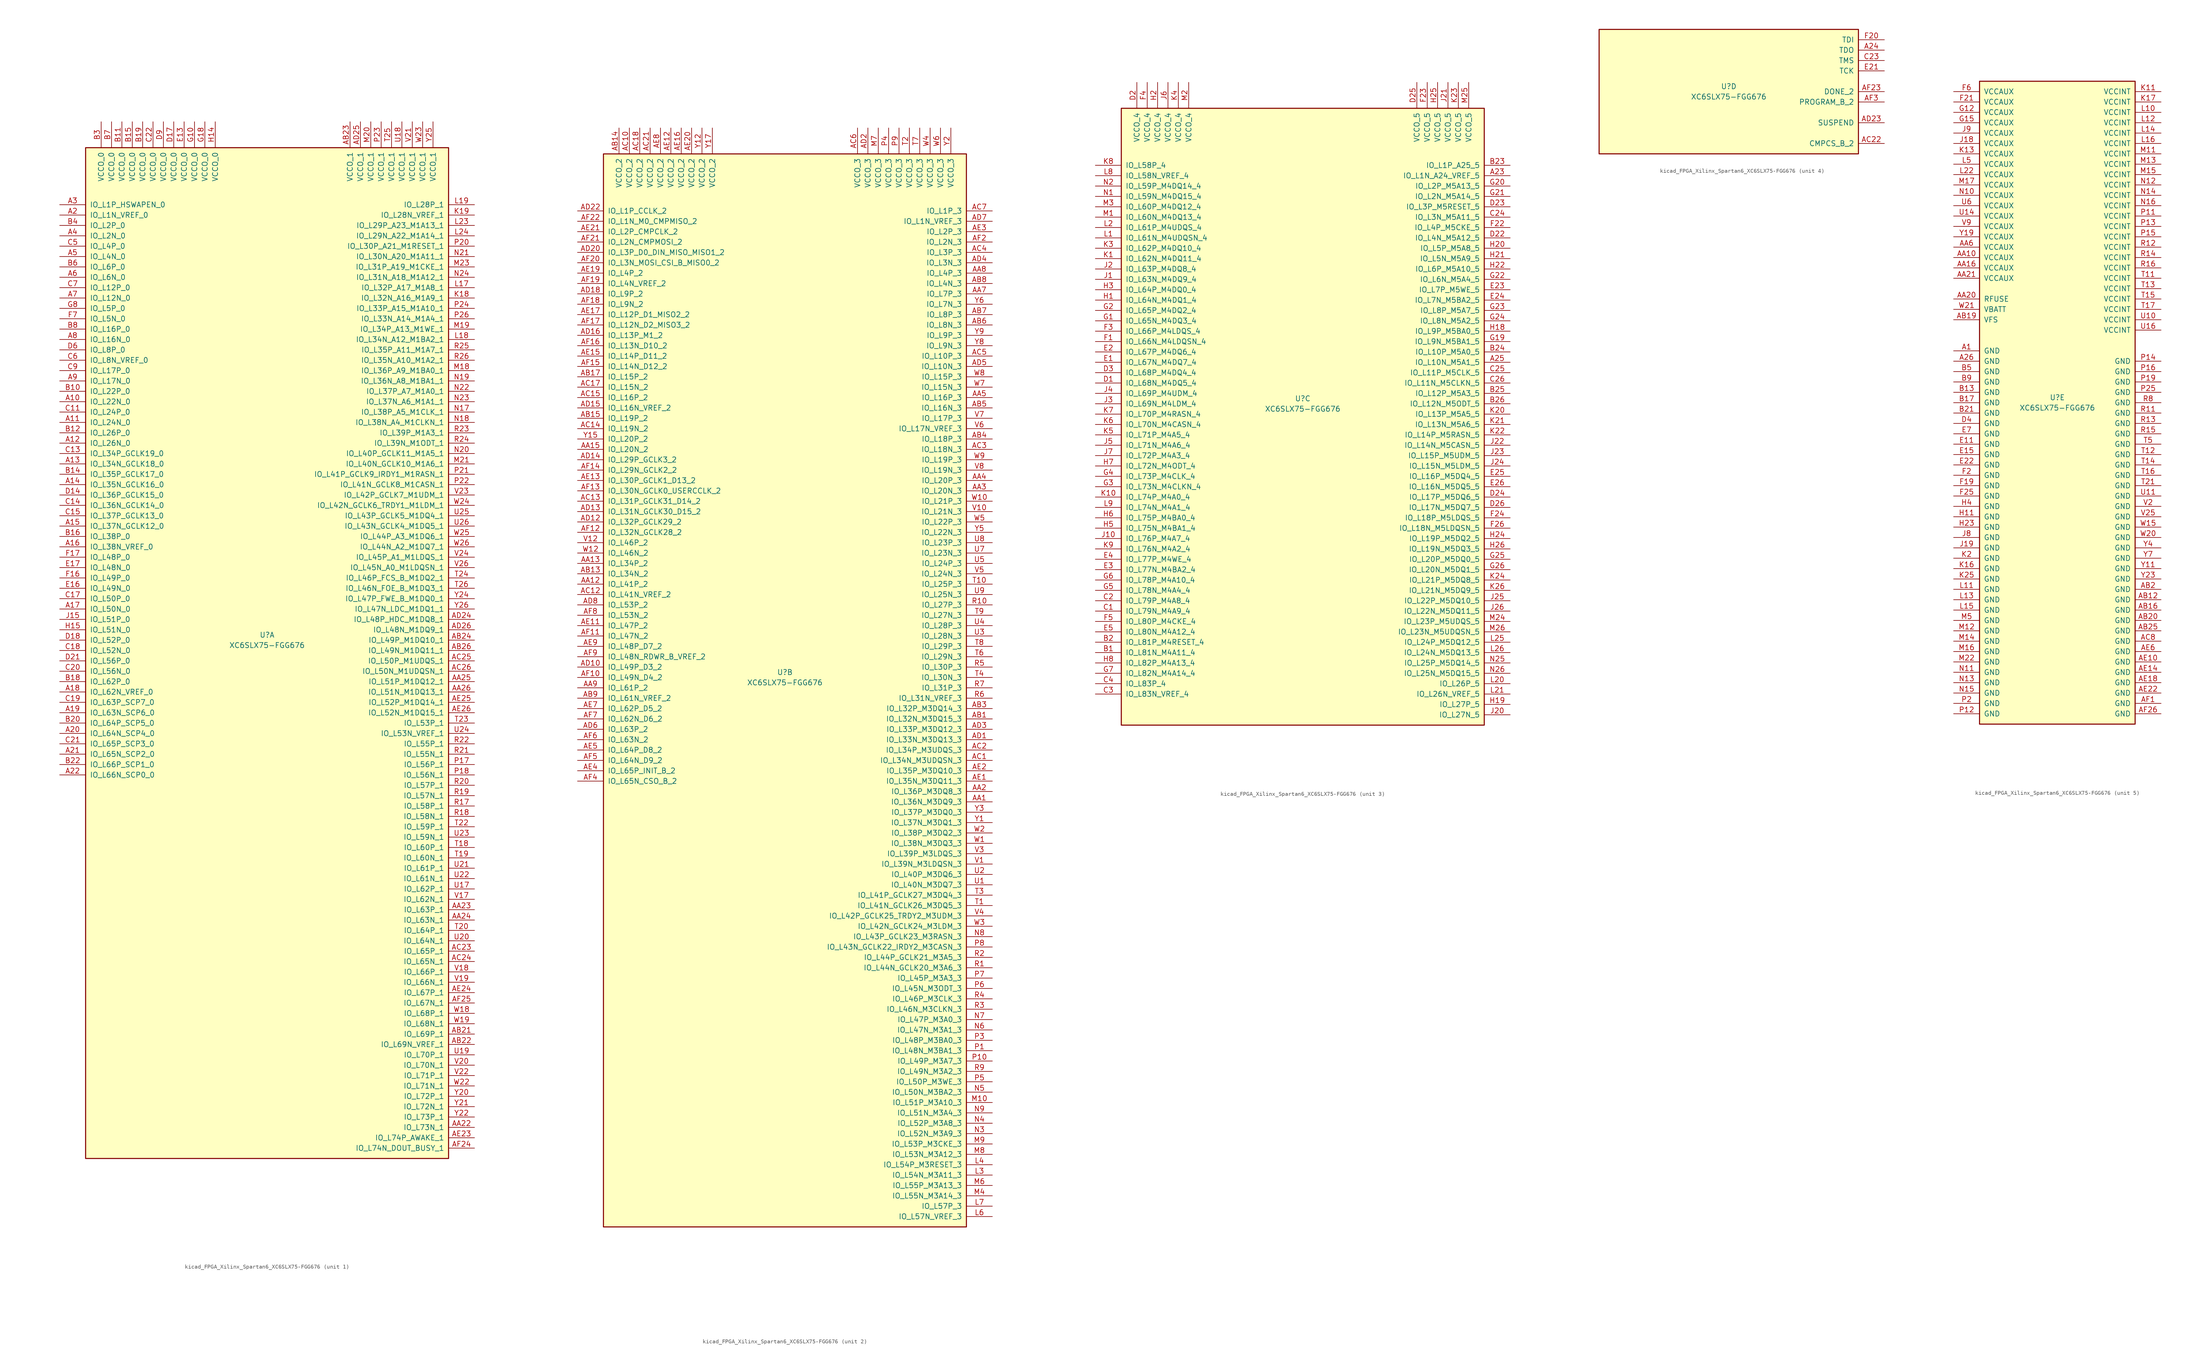
<source format=kicad_sym>
(kicad_symbol_lib
  (version 20220914)
  (generator kicad_symbol_editor)
  (symbol "kicad_FPGA_Xilinx_Spartan6_XC6SLX75-FGG676"
    (pin_names
      (offset 1.016))
    (property "Reference" "U"
      (at 0 1.27 0)
      (effects (font (size 1.27 1.27))))
    (property "Value" "XC6SLX75-FGG676"
      (at 0 -1.27 0)
      (effects (font (size 1.27 1.27))))
    (property "Datasheet" ""
      (at 0 0 0)
      (effects (font (size 1.27 1.27))))
    (property "ki_locked" ""
      (at 0 0 0)
      (effects (font (size 1.27 1.27))))
    (symbol "kicad_FPGA_Xilinx_Spartan6_XC6SLX75-FGG676_1_1"
      (rectangle (start -44.45 120.65) (end 44.45 -127) (stroke (width 0.254) (type default)) (fill (type background)))
      (pin bidirectional line (at -50.8 58.42 0) (length 6.35) (name "IO_L22N_0" (effects (font (size 1.27 1.27)))) (number "A10" (effects (font (size 1.27 1.27)))))
      (pin bidirectional line (at -50.8 53.34 0) (length 6.35) (name "IO_L24N_0" (effects (font (size 1.27 1.27)))) (number "A11" (effects (font (size 1.27 1.27)))))
      (pin bidirectional line (at -50.8 48.26 0) (length 6.35) (name "IO_L26N_0" (effects (font (size 1.27 1.27)))) (number "A12" (effects (font (size 1.27 1.27)))))
      (pin bidirectional line (at -50.8 43.18 0) (length 6.35) (name "IO_L34N_GCLK18_0" (effects (font (size 1.27 1.27)))) (number "A13" (effects (font (size 1.27 1.27)))))
      (pin bidirectional line (at -50.8 38.1 0) (length 6.35) (name "IO_L35N_GCLK16_0" (effects (font (size 1.27 1.27)))) (number "A14" (effects (font (size 1.27 1.27)))))
      (pin bidirectional line (at -50.8 27.94 0) (length 6.35) (name "IO_L37N_GCLK12_0" (effects (font (size 1.27 1.27)))) (number "A15" (effects (font (size 1.27 1.27)))))
      (pin bidirectional line (at -50.8 22.86 0) (length 6.35) (name "IO_L38N_VREF_0" (effects (font (size 1.27 1.27)))) (number "A16" (effects (font (size 1.27 1.27)))))
      (pin bidirectional line (at -50.8 7.62 0) (length 6.35) (name "IO_L50N_0" (effects (font (size 1.27 1.27)))) (number "A17" (effects (font (size 1.27 1.27)))))
      (pin bidirectional line (at -50.8 -12.7 0) (length 6.35) (name "IO_L62N_VREF_0" (effects (font (size 1.27 1.27)))) (number "A18" (effects (font (size 1.27 1.27)))))
      (pin bidirectional line (at -50.8 -17.78 0) (length 6.35) (name "IO_L63N_SCP6_0" (effects (font (size 1.27 1.27)))) (number "A19" (effects (font (size 1.27 1.27)))))
      (pin bidirectional line (at -50.8 104.14 0) (length 6.35) (name "IO_L1N_VREF_0" (effects (font (size 1.27 1.27)))) (number "A2" (effects (font (size 1.27 1.27)))))
      (pin bidirectional line (at -50.8 -22.86 0) (length 6.35) (name "IO_L64N_SCP4_0" (effects (font (size 1.27 1.27)))) (number "A20" (effects (font (size 1.27 1.27)))))
      (pin bidirectional line (at -50.8 -27.94 0) (length 6.35) (name "IO_L65N_SCP2_0" (effects (font (size 1.27 1.27)))) (number "A21" (effects (font (size 1.27 1.27)))))
      (pin bidirectional line (at -50.8 -33.02 0) (length 6.35) (name "IO_L66N_SCP0_0" (effects (font (size 1.27 1.27)))) (number "A22" (effects (font (size 1.27 1.27)))))
      (pin bidirectional line (at -50.8 106.68 0) (length 6.35) (name "IO_L1P_HSWAPEN_0" (effects (font (size 1.27 1.27)))) (number "A3" (effects (font (size 1.27 1.27)))))
      (pin bidirectional line (at -50.8 99.06 0) (length 6.35) (name "IO_L2N_0" (effects (font (size 1.27 1.27)))) (number "A4" (effects (font (size 1.27 1.27)))))
      (pin bidirectional line (at -50.8 93.98 0) (length 6.35) (name "IO_L4N_0" (effects (font (size 1.27 1.27)))) (number "A5" (effects (font (size 1.27 1.27)))))
      (pin bidirectional line (at -50.8 88.9 0) (length 6.35) (name "IO_L6N_0" (effects (font (size 1.27 1.27)))) (number "A6" (effects (font (size 1.27 1.27)))))
      (pin bidirectional line (at -50.8 83.82 0) (length 6.35) (name "IO_L12N_0" (effects (font (size 1.27 1.27)))) (number "A7" (effects (font (size 1.27 1.27)))))
      (pin bidirectional line (at -50.8 73.66 0) (length 6.35) (name "IO_L16N_0" (effects (font (size 1.27 1.27)))) (number "A8" (effects (font (size 1.27 1.27)))))
      (pin bidirectional line (at -50.8 63.5 0) (length 6.35) (name "IO_L17N_0" (effects (font (size 1.27 1.27)))) (number "A9" (effects (font (size 1.27 1.27)))))
      (pin bidirectional line (at 50.8 -119.38 180) (length 6.35) (name "IO_L73N_1" (effects (font (size 1.27 1.27)))) (number "AA22" (effects (font (size 1.27 1.27)))))
      (pin bidirectional line (at 50.8 -66.04 180) (length 6.35) (name "IO_L63P_1" (effects (font (size 1.27 1.27)))) (number "AA23" (effects (font (size 1.27 1.27)))))
      (pin bidirectional line (at 50.8 -68.58 180) (length 6.35) (name "IO_L63N_1" (effects (font (size 1.27 1.27)))) (number "AA24" (effects (font (size 1.27 1.27)))))
      (pin bidirectional line (at 50.8 -10.16 180) (length 6.35) (name "IO_L51P_M1DQ12_1" (effects (font (size 1.27 1.27)))) (number "AA25" (effects (font (size 1.27 1.27)))))
      (pin bidirectional line (at 50.8 -12.7 180) (length 6.35) (name "IO_L51N_M1DQ13_1" (effects (font (size 1.27 1.27)))) (number "AA26" (effects (font (size 1.27 1.27)))))
      (pin bidirectional line (at 50.8 -96.52 180) (length 6.35) (name "IO_L69P_1" (effects (font (size 1.27 1.27)))) (number "AB21" (effects (font (size 1.27 1.27)))))
      (pin bidirectional line (at 50.8 -99.06 180) (length 6.35) (name "IO_L69N_VREF_1" (effects (font (size 1.27 1.27)))) (number "AB22" (effects (font (size 1.27 1.27)))))
      (pin power_in line (at 20.32 127 270) (length 6.35) (name "VCCO_1" (effects (font (size 1.27 1.27)))) (number "AB23" (effects (font (size 1.27 1.27)))))
      (pin bidirectional line (at 50.8 0 180) (length 6.35) (name "IO_L49P_M1DQ10_1" (effects (font (size 1.27 1.27)))) (number "AB24" (effects (font (size 1.27 1.27)))))
      (pin bidirectional line (at 50.8 -2.54 180) (length 6.35) (name "IO_L49N_M1DQ11_1" (effects (font (size 1.27 1.27)))) (number "AB26" (effects (font (size 1.27 1.27)))))
      (pin bidirectional line (at 50.8 -76.2 180) (length 6.35) (name "IO_L65P_1" (effects (font (size 1.27 1.27)))) (number "AC23" (effects (font (size 1.27 1.27)))))
      (pin bidirectional line (at 50.8 -78.74 180) (length 6.35) (name "IO_L65N_1" (effects (font (size 1.27 1.27)))) (number "AC24" (effects (font (size 1.27 1.27)))))
      (pin bidirectional line (at 50.8 -5.08 180) (length 6.35) (name "IO_L50P_M1UDQS_1" (effects (font (size 1.27 1.27)))) (number "AC25" (effects (font (size 1.27 1.27)))))
      (pin bidirectional line (at 50.8 -7.62 180) (length 6.35) (name "IO_L50N_M1UDQSN_1" (effects (font (size 1.27 1.27)))) (number "AC26" (effects (font (size 1.27 1.27)))))
      (pin bidirectional line (at 50.8 5.08 180) (length 6.35) (name "IO_L48P_HDC_M1DQ8_1" (effects (font (size 1.27 1.27)))) (number "AD24" (effects (font (size 1.27 1.27)))))
      (pin power_in line (at 22.86 127 270) (length 6.35) (name "VCCO_1" (effects (font (size 1.27 1.27)))) (number "AD25" (effects (font (size 1.27 1.27)))))
      (pin bidirectional line (at 50.8 2.54 180) (length 6.35) (name "IO_L48N_M1DQ9_1" (effects (font (size 1.27 1.27)))) (number "AD26" (effects (font (size 1.27 1.27)))))
      (pin bidirectional line (at 50.8 -121.92 180) (length 6.35) (name "IO_L74P_AWAKE_1" (effects (font (size 1.27 1.27)))) (number "AE23" (effects (font (size 1.27 1.27)))))
      (pin bidirectional line (at 50.8 -86.36 180) (length 6.35) (name "IO_L67P_1" (effects (font (size 1.27 1.27)))) (number "AE24" (effects (font (size 1.27 1.27)))))
      (pin bidirectional line (at 50.8 -15.24 180) (length 6.35) (name "IO_L52P_M1DQ14_1" (effects (font (size 1.27 1.27)))) (number "AE25" (effects (font (size 1.27 1.27)))))
      (pin bidirectional line (at 50.8 -17.78 180) (length 6.35) (name "IO_L52N_M1DQ15_1" (effects (font (size 1.27 1.27)))) (number "AE26" (effects (font (size 1.27 1.27)))))
      (pin bidirectional line (at 50.8 -124.46 180) (length 6.35) (name "IO_L74N_DOUT_BUSY_1" (effects (font (size 1.27 1.27)))) (number "AF24" (effects (font (size 1.27 1.27)))))
      (pin bidirectional line (at 50.8 -88.9 180) (length 6.35) (name "IO_L67N_1" (effects (font (size 1.27 1.27)))) (number "AF25" (effects (font (size 1.27 1.27)))))
      (pin bidirectional line (at -50.8 60.96 0) (length 6.35) (name "IO_L22P_0" (effects (font (size 1.27 1.27)))) (number "B10" (effects (font (size 1.27 1.27)))))
      (pin power_in line (at -35.56 127 270) (length 6.35) (name "VCCO_0" (effects (font (size 1.27 1.27)))) (number "B11" (effects (font (size 1.27 1.27)))))
      (pin bidirectional line (at -50.8 50.8 0) (length 6.35) (name "IO_L26P_0" (effects (font (size 1.27 1.27)))) (number "B12" (effects (font (size 1.27 1.27)))))
      (pin bidirectional line (at -50.8 40.64 0) (length 6.35) (name "IO_L35P_GCLK17_0" (effects (font (size 1.27 1.27)))) (number "B14" (effects (font (size 1.27 1.27)))))
      (pin power_in line (at -33.02 127 270) (length 6.35) (name "VCCO_0" (effects (font (size 1.27 1.27)))) (number "B15" (effects (font (size 1.27 1.27)))))
      (pin bidirectional line (at -50.8 25.4 0) (length 6.35) (name "IO_L38P_0" (effects (font (size 1.27 1.27)))) (number "B16" (effects (font (size 1.27 1.27)))))
      (pin bidirectional line (at -50.8 -10.16 0) (length 6.35) (name "IO_L62P_0" (effects (font (size 1.27 1.27)))) (number "B18" (effects (font (size 1.27 1.27)))))
      (pin power_in line (at -30.48 127 270) (length 6.35) (name "VCCO_0" (effects (font (size 1.27 1.27)))) (number "B19" (effects (font (size 1.27 1.27)))))
      (pin bidirectional line (at -50.8 -20.32 0) (length 6.35) (name "IO_L64P_SCP5_0" (effects (font (size 1.27 1.27)))) (number "B20" (effects (font (size 1.27 1.27)))))
      (pin bidirectional line (at -50.8 -30.48 0) (length 6.35) (name "IO_L66P_SCP1_0" (effects (font (size 1.27 1.27)))) (number "B22" (effects (font (size 1.27 1.27)))))
      (pin power_in line (at -40.64 127 270) (length 6.35) (name "VCCO_0" (effects (font (size 1.27 1.27)))) (number "B3" (effects (font (size 1.27 1.27)))))
      (pin bidirectional line (at -50.8 101.6 0) (length 6.35) (name "IO_L2P_0" (effects (font (size 1.27 1.27)))) (number "B4" (effects (font (size 1.27 1.27)))))
      (pin bidirectional line (at -50.8 91.44 0) (length 6.35) (name "IO_L6P_0" (effects (font (size 1.27 1.27)))) (number "B6" (effects (font (size 1.27 1.27)))))
      (pin power_in line (at -38.1 127 270) (length 6.35) (name "VCCO_0" (effects (font (size 1.27 1.27)))) (number "B7" (effects (font (size 1.27 1.27)))))
      (pin bidirectional line (at -50.8 76.2 0) (length 6.35) (name "IO_L16P_0" (effects (font (size 1.27 1.27)))) (number "B8" (effects (font (size 1.27 1.27)))))
      (pin bidirectional line (at -50.8 55.88 0) (length 6.35) (name "IO_L24P_0" (effects (font (size 1.27 1.27)))) (number "C11" (effects (font (size 1.27 1.27)))))
      (pin bidirectional line (at -50.8 45.72 0) (length 6.35) (name "IO_L34P_GCLK19_0" (effects (font (size 1.27 1.27)))) (number "C13" (effects (font (size 1.27 1.27)))))
      (pin bidirectional line (at -50.8 33.02 0) (length 6.35) (name "IO_L36N_GCLK14_0" (effects (font (size 1.27 1.27)))) (number "C14" (effects (font (size 1.27 1.27)))))
      (pin bidirectional line (at -50.8 30.48 0) (length 6.35) (name "IO_L37P_GCLK13_0" (effects (font (size 1.27 1.27)))) (number "C15" (effects (font (size 1.27 1.27)))))
      (pin bidirectional line (at -50.8 10.16 0) (length 6.35) (name "IO_L50P_0" (effects (font (size 1.27 1.27)))) (number "C17" (effects (font (size 1.27 1.27)))))
      (pin bidirectional line (at -50.8 -2.54 0) (length 6.35) (name "IO_L52N_0" (effects (font (size 1.27 1.27)))) (number "C18" (effects (font (size 1.27 1.27)))))
      (pin bidirectional line (at -50.8 -15.24 0) (length 6.35) (name "IO_L63P_SCP7_0" (effects (font (size 1.27 1.27)))) (number "C19" (effects (font (size 1.27 1.27)))))
      (pin bidirectional line (at -50.8 -7.62 0) (length 6.35) (name "IO_L56N_0" (effects (font (size 1.27 1.27)))) (number "C20" (effects (font (size 1.27 1.27)))))
      (pin bidirectional line (at -50.8 -25.4 0) (length 6.35) (name "IO_L65P_SCP3_0" (effects (font (size 1.27 1.27)))) (number "C21" (effects (font (size 1.27 1.27)))))
      (pin power_in line (at -27.94 127 270) (length 6.35) (name "VCCO_0" (effects (font (size 1.27 1.27)))) (number "C22" (effects (font (size 1.27 1.27)))))
      (pin bidirectional line (at -50.8 96.52 0) (length 6.35) (name "IO_L4P_0" (effects (font (size 1.27 1.27)))) (number "C5" (effects (font (size 1.27 1.27)))))
      (pin bidirectional line (at -50.8 68.58 0) (length 6.35) (name "IO_L8N_VREF_0" (effects (font (size 1.27 1.27)))) (number "C6" (effects (font (size 1.27 1.27)))))
      (pin bidirectional line (at -50.8 86.36 0) (length 6.35) (name "IO_L12P_0" (effects (font (size 1.27 1.27)))) (number "C7" (effects (font (size 1.27 1.27)))))
      (pin bidirectional line (at -50.8 66.04 0) (length 6.35) (name "IO_L17P_0" (effects (font (size 1.27 1.27)))) (number "C9" (effects (font (size 1.27 1.27)))))
      (pin bidirectional line (at -50.8 35.56 0) (length 6.35) (name "IO_L36P_GCLK15_0" (effects (font (size 1.27 1.27)))) (number "D14" (effects (font (size 1.27 1.27)))))
      (pin power_in line (at -22.86 127 270) (length 6.35) (name "VCCO_0" (effects (font (size 1.27 1.27)))) (number "D17" (effects (font (size 1.27 1.27)))))
      (pin bidirectional line (at -50.8 0 0) (length 6.35) (name "IO_L52P_0" (effects (font (size 1.27 1.27)))) (number "D18" (effects (font (size 1.27 1.27)))))
      (pin bidirectional line (at -50.8 -5.08 0) (length 6.35) (name "IO_L56P_0" (effects (font (size 1.27 1.27)))) (number "D21" (effects (font (size 1.27 1.27)))))
      (pin bidirectional line (at -50.8 71.12 0) (length 6.35) (name "IO_L8P_0" (effects (font (size 1.27 1.27)))) (number "D6" (effects (font (size 1.27 1.27)))))
      (pin power_in line (at -25.4 127 270) (length 6.35) (name "VCCO_0" (effects (font (size 1.27 1.27)))) (number "D9" (effects (font (size 1.27 1.27)))))
      (pin power_in line (at -20.32 127 270) (length 6.35) (name "VCCO_0" (effects (font (size 1.27 1.27)))) (number "E13" (effects (font (size 1.27 1.27)))))
      (pin bidirectional line (at -50.8 12.7 0) (length 6.35) (name "IO_L49N_0" (effects (font (size 1.27 1.27)))) (number "E16" (effects (font (size 1.27 1.27)))))
      (pin bidirectional line (at -50.8 17.78 0) (length 6.35) (name "IO_L48N_0" (effects (font (size 1.27 1.27)))) (number "E17" (effects (font (size 1.27 1.27)))))
      (pin bidirectional line (at -50.8 15.24 0) (length 6.35) (name "IO_L49P_0" (effects (font (size 1.27 1.27)))) (number "F16" (effects (font (size 1.27 1.27)))))
      (pin bidirectional line (at -50.8 20.32 0) (length 6.35) (name "IO_L48P_0" (effects (font (size 1.27 1.27)))) (number "F17" (effects (font (size 1.27 1.27)))))
      (pin bidirectional line (at -50.8 78.74 0) (length 6.35) (name "IO_L5N_0" (effects (font (size 1.27 1.27)))) (number "F7" (effects (font (size 1.27 1.27)))))
      (pin power_in line (at -17.78 127 270) (length 6.35) (name "VCCO_0" (effects (font (size 1.27 1.27)))) (number "G10" (effects (font (size 1.27 1.27)))))
      (pin power_in line (at -15.24 127 270) (length 6.35) (name "VCCO_0" (effects (font (size 1.27 1.27)))) (number "G18" (effects (font (size 1.27 1.27)))))
      (pin bidirectional line (at -50.8 81.28 0) (length 6.35) (name "IO_L5P_0" (effects (font (size 1.27 1.27)))) (number "G8" (effects (font (size 1.27 1.27)))))
      (pin power_in line (at -12.7 127 270) (length 6.35) (name "VCCO_0" (effects (font (size 1.27 1.27)))) (number "H14" (effects (font (size 1.27 1.27)))))
      (pin bidirectional line (at -50.8 2.54 0) (length 6.35) (name "IO_L51N_0" (effects (font (size 1.27 1.27)))) (number "H15" (effects (font (size 1.27 1.27)))))
      (pin bidirectional line (at -50.8 5.08 0) (length 6.35) (name "IO_L51P_0" (effects (font (size 1.27 1.27)))) (number "J15" (effects (font (size 1.27 1.27)))))
      (pin bidirectional line (at 50.8 83.82 180) (length 6.35) (name "IO_L32N_A16_M1A9_1" (effects (font (size 1.27 1.27)))) (number "K18" (effects (font (size 1.27 1.27)))))
      (pin bidirectional line (at 50.8 104.14 180) (length 6.35) (name "IO_L28N_VREF_1" (effects (font (size 1.27 1.27)))) (number "K19" (effects (font (size 1.27 1.27)))))
      (pin bidirectional line (at 50.8 86.36 180) (length 6.35) (name "IO_L32P_A17_M1A8_1" (effects (font (size 1.27 1.27)))) (number "L17" (effects (font (size 1.27 1.27)))))
      (pin bidirectional line (at 50.8 73.66 180) (length 6.35) (name "IO_L34N_A12_M1BA2_1" (effects (font (size 1.27 1.27)))) (number "L18" (effects (font (size 1.27 1.27)))))
      (pin bidirectional line (at 50.8 106.68 180) (length 6.35) (name "IO_L28P_1" (effects (font (size 1.27 1.27)))) (number "L19" (effects (font (size 1.27 1.27)))))
      (pin bidirectional line (at 50.8 101.6 180) (length 6.35) (name "IO_L29P_A23_M1A13_1" (effects (font (size 1.27 1.27)))) (number "L23" (effects (font (size 1.27 1.27)))))
      (pin bidirectional line (at 50.8 99.06 180) (length 6.35) (name "IO_L29N_A22_M1A14_1" (effects (font (size 1.27 1.27)))) (number "L24" (effects (font (size 1.27 1.27)))))
      (pin bidirectional line (at 50.8 66.04 180) (length 6.35) (name "IO_L36P_A9_M1BA0_1" (effects (font (size 1.27 1.27)))) (number "M18" (effects (font (size 1.27 1.27)))))
      (pin bidirectional line (at 50.8 76.2 180) (length 6.35) (name "IO_L34P_A13_M1WE_1" (effects (font (size 1.27 1.27)))) (number "M19" (effects (font (size 1.27 1.27)))))
      (pin power_in line (at 25.4 127 270) (length 6.35) (name "VCCO_1" (effects (font (size 1.27 1.27)))) (number "M20" (effects (font (size 1.27 1.27)))))
      (pin bidirectional line (at 50.8 43.18 180) (length 6.35) (name "IO_L40N_GCLK10_M1A6_1" (effects (font (size 1.27 1.27)))) (number "M21" (effects (font (size 1.27 1.27)))))
      (pin bidirectional line (at 50.8 91.44 180) (length 6.35) (name "IO_L31P_A19_M1CKE_1" (effects (font (size 1.27 1.27)))) (number "M23" (effects (font (size 1.27 1.27)))))
      (pin bidirectional line (at 50.8 55.88 180) (length 6.35) (name "IO_L38P_A5_M1CLK_1" (effects (font (size 1.27 1.27)))) (number "N17" (effects (font (size 1.27 1.27)))))
      (pin bidirectional line (at 50.8 53.34 180) (length 6.35) (name "IO_L38N_A4_M1CLKN_1" (effects (font (size 1.27 1.27)))) (number "N18" (effects (font (size 1.27 1.27)))))
      (pin bidirectional line (at 50.8 63.5 180) (length 6.35) (name "IO_L36N_A8_M1BA1_1" (effects (font (size 1.27 1.27)))) (number "N19" (effects (font (size 1.27 1.27)))))
      (pin bidirectional line (at 50.8 45.72 180) (length 6.35) (name "IO_L40P_GCLK11_M1A5_1" (effects (font (size 1.27 1.27)))) (number "N20" (effects (font (size 1.27 1.27)))))
      (pin bidirectional line (at 50.8 93.98 180) (length 6.35) (name "IO_L30N_A20_M1A11_1" (effects (font (size 1.27 1.27)))) (number "N21" (effects (font (size 1.27 1.27)))))
      (pin bidirectional line (at 50.8 60.96 180) (length 6.35) (name "IO_L37P_A7_M1A0_1" (effects (font (size 1.27 1.27)))) (number "N22" (effects (font (size 1.27 1.27)))))
      (pin bidirectional line (at 50.8 58.42 180) (length 6.35) (name "IO_L37N_A6_M1A1_1" (effects (font (size 1.27 1.27)))) (number "N23" (effects (font (size 1.27 1.27)))))
      (pin bidirectional line (at 50.8 88.9 180) (length 6.35) (name "IO_L31N_A18_M1A12_1" (effects (font (size 1.27 1.27)))) (number "N24" (effects (font (size 1.27 1.27)))))
      (pin bidirectional line (at 50.8 -30.48 180) (length 6.35) (name "IO_L56P_1" (effects (font (size 1.27 1.27)))) (number "P17" (effects (font (size 1.27 1.27)))))
      (pin bidirectional line (at 50.8 -33.02 180) (length 6.35) (name "IO_L56N_1" (effects (font (size 1.27 1.27)))) (number "P18" (effects (font (size 1.27 1.27)))))
      (pin bidirectional line (at 50.8 96.52 180) (length 6.35) (name "IO_L30P_A21_M1RESET_1" (effects (font (size 1.27 1.27)))) (number "P20" (effects (font (size 1.27 1.27)))))
      (pin bidirectional line (at 50.8 40.64 180) (length 6.35) (name "IO_L41P_GCLK9_IRDY1_M1RASN_1" (effects (font (size 1.27 1.27)))) (number "P21" (effects (font (size 1.27 1.27)))))
      (pin bidirectional line (at 50.8 38.1 180) (length 6.35) (name "IO_L41N_GCLK8_M1CASN_1" (effects (font (size 1.27 1.27)))) (number "P22" (effects (font (size 1.27 1.27)))))
      (pin power_in line (at 27.94 127 270) (length 6.35) (name "VCCO_1" (effects (font (size 1.27 1.27)))) (number "P23" (effects (font (size 1.27 1.27)))))
      (pin bidirectional line (at 50.8 81.28 180) (length 6.35) (name "IO_L33P_A15_M1A10_1" (effects (font (size 1.27 1.27)))) (number "P24" (effects (font (size 1.27 1.27)))))
      (pin bidirectional line (at 50.8 78.74 180) (length 6.35) (name "IO_L33N_A14_M1A4_1" (effects (font (size 1.27 1.27)))) (number "P26" (effects (font (size 1.27 1.27)))))
      (pin bidirectional line (at 50.8 -40.64 180) (length 6.35) (name "IO_L58P_1" (effects (font (size 1.27 1.27)))) (number "R17" (effects (font (size 1.27 1.27)))))
      (pin bidirectional line (at 50.8 -43.18 180) (length 6.35) (name "IO_L58N_1" (effects (font (size 1.27 1.27)))) (number "R18" (effects (font (size 1.27 1.27)))))
      (pin bidirectional line (at 50.8 -38.1 180) (length 6.35) (name "IO_L57N_1" (effects (font (size 1.27 1.27)))) (number "R19" (effects (font (size 1.27 1.27)))))
      (pin bidirectional line (at 50.8 -35.56 180) (length 6.35) (name "IO_L57P_1" (effects (font (size 1.27 1.27)))) (number "R20" (effects (font (size 1.27 1.27)))))
      (pin bidirectional line (at 50.8 -27.94 180) (length 6.35) (name "IO_L55N_1" (effects (font (size 1.27 1.27)))) (number "R21" (effects (font (size 1.27 1.27)))))
      (pin bidirectional line (at 50.8 -25.4 180) (length 6.35) (name "IO_L55P_1" (effects (font (size 1.27 1.27)))) (number "R22" (effects (font (size 1.27 1.27)))))
      (pin bidirectional line (at 50.8 50.8 180) (length 6.35) (name "IO_L39P_M1A3_1" (effects (font (size 1.27 1.27)))) (number "R23" (effects (font (size 1.27 1.27)))))
      (pin bidirectional line (at 50.8 48.26 180) (length 6.35) (name "IO_L39N_M1ODT_1" (effects (font (size 1.27 1.27)))) (number "R24" (effects (font (size 1.27 1.27)))))
      (pin bidirectional line (at 50.8 71.12 180) (length 6.35) (name "IO_L35P_A11_M1A7_1" (effects (font (size 1.27 1.27)))) (number "R25" (effects (font (size 1.27 1.27)))))
      (pin bidirectional line (at 50.8 68.58 180) (length 6.35) (name "IO_L35N_A10_M1A2_1" (effects (font (size 1.27 1.27)))) (number "R26" (effects (font (size 1.27 1.27)))))
      (pin bidirectional line (at 50.8 -50.8 180) (length 6.35) (name "IO_L60P_1" (effects (font (size 1.27 1.27)))) (number "T18" (effects (font (size 1.27 1.27)))))
      (pin bidirectional line (at 50.8 -53.34 180) (length 6.35) (name "IO_L60N_1" (effects (font (size 1.27 1.27)))) (number "T19" (effects (font (size 1.27 1.27)))))
      (pin bidirectional line (at 50.8 -71.12 180) (length 6.35) (name "IO_L64P_1" (effects (font (size 1.27 1.27)))) (number "T20" (effects (font (size 1.27 1.27)))))
      (pin bidirectional line (at 50.8 -45.72 180) (length 6.35) (name "IO_L59P_1" (effects (font (size 1.27 1.27)))) (number "T22" (effects (font (size 1.27 1.27)))))
      (pin bidirectional line (at 50.8 -20.32 180) (length 6.35) (name "IO_L53P_1" (effects (font (size 1.27 1.27)))) (number "T23" (effects (font (size 1.27 1.27)))))
      (pin bidirectional line (at 50.8 15.24 180) (length 6.35) (name "IO_L46P_FCS_B_M1DQ2_1" (effects (font (size 1.27 1.27)))) (number "T24" (effects (font (size 1.27 1.27)))))
      (pin power_in line (at 30.48 127 270) (length 6.35) (name "VCCO_1" (effects (font (size 1.27 1.27)))) (number "T25" (effects (font (size 1.27 1.27)))))
      (pin bidirectional line (at 50.8 12.7 180) (length 6.35) (name "IO_L46N_FOE_B_M1DQ3_1" (effects (font (size 1.27 1.27)))) (number "T26" (effects (font (size 1.27 1.27)))))
      (pin bidirectional line (at 50.8 -60.96 180) (length 6.35) (name "IO_L62P_1" (effects (font (size 1.27 1.27)))) (number "U17" (effects (font (size 1.27 1.27)))))
      (pin power_in line (at 33.02 127 270) (length 6.35) (name "VCCO_1" (effects (font (size 1.27 1.27)))) (number "U18" (effects (font (size 1.27 1.27)))))
      (pin bidirectional line (at 50.8 -101.6 180) (length 6.35) (name "IO_L70P_1" (effects (font (size 1.27 1.27)))) (number "U19" (effects (font (size 1.27 1.27)))))
      (pin bidirectional line (at 50.8 -73.66 180) (length 6.35) (name "IO_L64N_1" (effects (font (size 1.27 1.27)))) (number "U20" (effects (font (size 1.27 1.27)))))
      (pin bidirectional line (at 50.8 -55.88 180) (length 6.35) (name "IO_L61P_1" (effects (font (size 1.27 1.27)))) (number "U21" (effects (font (size 1.27 1.27)))))
      (pin bidirectional line (at 50.8 -58.42 180) (length 6.35) (name "IO_L61N_1" (effects (font (size 1.27 1.27)))) (number "U22" (effects (font (size 1.27 1.27)))))
      (pin bidirectional line (at 50.8 -48.26 180) (length 6.35) (name "IO_L59N_1" (effects (font (size 1.27 1.27)))) (number "U23" (effects (font (size 1.27 1.27)))))
      (pin bidirectional line (at 50.8 -22.86 180) (length 6.35) (name "IO_L53N_VREF_1" (effects (font (size 1.27 1.27)))) (number "U24" (effects (font (size 1.27 1.27)))))
      (pin bidirectional line (at 50.8 30.48 180) (length 6.35) (name "IO_L43P_GCLK5_M1DQ4_1" (effects (font (size 1.27 1.27)))) (number "U25" (effects (font (size 1.27 1.27)))))
      (pin bidirectional line (at 50.8 27.94 180) (length 6.35) (name "IO_L43N_GCLK4_M1DQ5_1" (effects (font (size 1.27 1.27)))) (number "U26" (effects (font (size 1.27 1.27)))))
      (pin bidirectional line (at 50.8 -63.5 180) (length 6.35) (name "IO_L62N_1" (effects (font (size 1.27 1.27)))) (number "V17" (effects (font (size 1.27 1.27)))))
      (pin bidirectional line (at 50.8 -81.28 180) (length 6.35) (name "IO_L66P_1" (effects (font (size 1.27 1.27)))) (number "V18" (effects (font (size 1.27 1.27)))))
      (pin bidirectional line (at 50.8 -83.82 180) (length 6.35) (name "IO_L66N_1" (effects (font (size 1.27 1.27)))) (number "V19" (effects (font (size 1.27 1.27)))))
      (pin bidirectional line (at 50.8 -104.14 180) (length 6.35) (name "IO_L70N_1" (effects (font (size 1.27 1.27)))) (number "V20" (effects (font (size 1.27 1.27)))))
      (pin power_in line (at 35.56 127 270) (length 6.35) (name "VCCO_1" (effects (font (size 1.27 1.27)))) (number "V21" (effects (font (size 1.27 1.27)))))
      (pin bidirectional line (at 50.8 -106.68 180) (length 6.35) (name "IO_L71P_1" (effects (font (size 1.27 1.27)))) (number "V22" (effects (font (size 1.27 1.27)))))
      (pin bidirectional line (at 50.8 35.56 180) (length 6.35) (name "IO_L42P_GCLK7_M1UDM_1" (effects (font (size 1.27 1.27)))) (number "V23" (effects (font (size 1.27 1.27)))))
      (pin bidirectional line (at 50.8 20.32 180) (length 6.35) (name "IO_L45P_A1_M1LDQS_1" (effects (font (size 1.27 1.27)))) (number "V24" (effects (font (size 1.27 1.27)))))
      (pin bidirectional line (at 50.8 17.78 180) (length 6.35) (name "IO_L45N_A0_M1LDQSN_1" (effects (font (size 1.27 1.27)))) (number "V26" (effects (font (size 1.27 1.27)))))
      (pin bidirectional line (at 50.8 -91.44 180) (length 6.35) (name "IO_L68P_1" (effects (font (size 1.27 1.27)))) (number "W18" (effects (font (size 1.27 1.27)))))
      (pin bidirectional line (at 50.8 -93.98 180) (length 6.35) (name "IO_L68N_1" (effects (font (size 1.27 1.27)))) (number "W19" (effects (font (size 1.27 1.27)))))
      (pin bidirectional line (at 50.8 -109.22 180) (length 6.35) (name "IO_L71N_1" (effects (font (size 1.27 1.27)))) (number "W22" (effects (font (size 1.27 1.27)))))
      (pin power_in line (at 38.1 127 270) (length 6.35) (name "VCCO_1" (effects (font (size 1.27 1.27)))) (number "W23" (effects (font (size 1.27 1.27)))))
      (pin bidirectional line (at 50.8 33.02 180) (length 6.35) (name "IO_L42N_GCLK6_TRDY1_M1LDM_1" (effects (font (size 1.27 1.27)))) (number "W24" (effects (font (size 1.27 1.27)))))
      (pin bidirectional line (at 50.8 25.4 180) (length 6.35) (name "IO_L44P_A3_M1DQ6_1" (effects (font (size 1.27 1.27)))) (number "W25" (effects (font (size 1.27 1.27)))))
      (pin bidirectional line (at 50.8 22.86 180) (length 6.35) (name "IO_L44N_A2_M1DQ7_1" (effects (font (size 1.27 1.27)))) (number "W26" (effects (font (size 1.27 1.27)))))
      (pin bidirectional line (at 50.8 -111.76 180) (length 6.35) (name "IO_L72P_1" (effects (font (size 1.27 1.27)))) (number "Y20" (effects (font (size 1.27 1.27)))))
      (pin bidirectional line (at 50.8 -114.3 180) (length 6.35) (name "IO_L72N_1" (effects (font (size 1.27 1.27)))) (number "Y21" (effects (font (size 1.27 1.27)))))
      (pin bidirectional line (at 50.8 -116.84 180) (length 6.35) (name "IO_L73P_1" (effects (font (size 1.27 1.27)))) (number "Y22" (effects (font (size 1.27 1.27)))))
      (pin bidirectional line (at 50.8 10.16 180) (length 6.35) (name "IO_L47P_FWE_B_M1DQ0_1" (effects (font (size 1.27 1.27)))) (number "Y24" (effects (font (size 1.27 1.27)))))
      (pin power_in line (at 40.64 127 270) (length 6.35) (name "VCCO_1" (effects (font (size 1.27 1.27)))) (number "Y25" (effects (font (size 1.27 1.27)))))
      (pin bidirectional line (at 50.8 7.62 180) (length 6.35) (name "IO_L47N_LDC_M1DQ1_1" (effects (font (size 1.27 1.27)))) (number "Y26" (effects (font (size 1.27 1.27))))))
    (symbol "kicad_FPGA_Xilinx_Spartan6_XC6SLX75-FGG676_2_1"
      (rectangle (start -44.45 128.27) (end 44.45 -134.62) (stroke (width 0.254) (type default)) (fill (type background)))
      (pin bidirectional line (at 50.8 -30.48 180) (length 6.35) (name "IO_L36N_M3DQ9_3" (effects (font (size 1.27 1.27)))) (number "AA1" (effects (font (size 1.27 1.27)))))
      (pin bidirectional line (at -50.8 22.86 0) (length 6.35) (name "IO_L41P_2" (effects (font (size 1.27 1.27)))) (number "AA12" (effects (font (size 1.27 1.27)))))
      (pin bidirectional line (at -50.8 27.94 0) (length 6.35) (name "IO_L34P_2" (effects (font (size 1.27 1.27)))) (number "AA13" (effects (font (size 1.27 1.27)))))
      (pin bidirectional line (at -50.8 55.88 0) (length 6.35) (name "IO_L20N_2" (effects (font (size 1.27 1.27)))) (number "AA15" (effects (font (size 1.27 1.27)))))
      (pin bidirectional line (at 50.8 -27.94 180) (length 6.35) (name "IO_L36P_M3DQ8_3" (effects (font (size 1.27 1.27)))) (number "AA2" (effects (font (size 1.27 1.27)))))
      (pin bidirectional line (at 50.8 45.72 180) (length 6.35) (name "IO_L20N_3" (effects (font (size 1.27 1.27)))) (number "AA3" (effects (font (size 1.27 1.27)))))
      (pin bidirectional line (at 50.8 48.26 180) (length 6.35) (name "IO_L20P_3" (effects (font (size 1.27 1.27)))) (number "AA4" (effects (font (size 1.27 1.27)))))
      (pin bidirectional line (at 50.8 68.58 180) (length 6.35) (name "IO_L16P_3" (effects (font (size 1.27 1.27)))) (number "AA5" (effects (font (size 1.27 1.27)))))
      (pin bidirectional line (at 50.8 93.98 180) (length 6.35) (name "IO_L7P_3" (effects (font (size 1.27 1.27)))) (number "AA7" (effects (font (size 1.27 1.27)))))
      (pin bidirectional line (at 50.8 99.06 180) (length 6.35) (name "IO_L4P_3" (effects (font (size 1.27 1.27)))) (number "AA8" (effects (font (size 1.27 1.27)))))
      (pin bidirectional line (at -50.8 -2.54 0) (length 6.35) (name "IO_L61P_2" (effects (font (size 1.27 1.27)))) (number "AA9" (effects (font (size 1.27 1.27)))))
      (pin bidirectional line (at 50.8 -10.16 180) (length 6.35) (name "IO_L32N_M3DQ15_3" (effects (font (size 1.27 1.27)))) (number "AB1" (effects (font (size 1.27 1.27)))))
      (pin bidirectional line (at -50.8 25.4 0) (length 6.35) (name "IO_L34N_2" (effects (font (size 1.27 1.27)))) (number "AB13" (effects (font (size 1.27 1.27)))))
      (pin power_in line (at -40.64 134.62 270) (length 6.35) (name "VCCO_2" (effects (font (size 1.27 1.27)))) (number "AB14" (effects (font (size 1.27 1.27)))))
      (pin bidirectional line (at -50.8 63.5 0) (length 6.35) (name "IO_L19P_2" (effects (font (size 1.27 1.27)))) (number "AB15" (effects (font (size 1.27 1.27)))))
      (pin bidirectional line (at -50.8 73.66 0) (length 6.35) (name "IO_L15P_2" (effects (font (size 1.27 1.27)))) (number "AB17" (effects (font (size 1.27 1.27)))))
      (pin bidirectional line (at 50.8 -7.62 180) (length 6.35) (name "IO_L32P_M3DQ14_3" (effects (font (size 1.27 1.27)))) (number "AB3" (effects (font (size 1.27 1.27)))))
      (pin bidirectional line (at 50.8 58.42 180) (length 6.35) (name "IO_L18P_3" (effects (font (size 1.27 1.27)))) (number "AB4" (effects (font (size 1.27 1.27)))))
      (pin bidirectional line (at 50.8 66.04 180) (length 6.35) (name "IO_L16N_3" (effects (font (size 1.27 1.27)))) (number "AB5" (effects (font (size 1.27 1.27)))))
      (pin bidirectional line (at 50.8 86.36 180) (length 6.35) (name "IO_L8N_3" (effects (font (size 1.27 1.27)))) (number "AB6" (effects (font (size 1.27 1.27)))))
      (pin bidirectional line (at 50.8 88.9 180) (length 6.35) (name "IO_L8P_3" (effects (font (size 1.27 1.27)))) (number "AB7" (effects (font (size 1.27 1.27)))))
      (pin bidirectional line (at 50.8 96.52 180) (length 6.35) (name "IO_L4N_3" (effects (font (size 1.27 1.27)))) (number "AB8" (effects (font (size 1.27 1.27)))))
      (pin bidirectional line (at -50.8 -5.08 0) (length 6.35) (name "IO_L61N_VREF_2" (effects (font (size 1.27 1.27)))) (number "AB9" (effects (font (size 1.27 1.27)))))
      (pin bidirectional line (at 50.8 -20.32 180) (length 6.35) (name "IO_L34N_M3UDQSN_3" (effects (font (size 1.27 1.27)))) (number "AC1" (effects (font (size 1.27 1.27)))))
      (pin power_in line (at -38.1 134.62 270) (length 6.35) (name "VCCO_2" (effects (font (size 1.27 1.27)))) (number "AC10" (effects (font (size 1.27 1.27)))))
      (pin bidirectional line (at -50.8 20.32 0) (length 6.35) (name "IO_L41N_VREF_2" (effects (font (size 1.27 1.27)))) (number "AC12" (effects (font (size 1.27 1.27)))))
      (pin bidirectional line (at -50.8 43.18 0) (length 6.35) (name "IO_L31P_GCLK31_D14_2" (effects (font (size 1.27 1.27)))) (number "AC13" (effects (font (size 1.27 1.27)))))
      (pin bidirectional line (at -50.8 60.96 0) (length 6.35) (name "IO_L19N_2" (effects (font (size 1.27 1.27)))) (number "AC14" (effects (font (size 1.27 1.27)))))
      (pin bidirectional line (at -50.8 68.58 0) (length 6.35) (name "IO_L16P_2" (effects (font (size 1.27 1.27)))) (number "AC15" (effects (font (size 1.27 1.27)))))
      (pin bidirectional line (at -50.8 71.12 0) (length 6.35) (name "IO_L15N_2" (effects (font (size 1.27 1.27)))) (number "AC17" (effects (font (size 1.27 1.27)))))
      (pin power_in line (at -35.56 134.62 270) (length 6.35) (name "VCCO_2" (effects (font (size 1.27 1.27)))) (number "AC18" (effects (font (size 1.27 1.27)))))
      (pin bidirectional line (at 50.8 -17.78 180) (length 6.35) (name "IO_L34P_M3UDQS_3" (effects (font (size 1.27 1.27)))) (number "AC2" (effects (font (size 1.27 1.27)))))
      (pin power_in line (at -33.02 134.62 270) (length 6.35) (name "VCCO_2" (effects (font (size 1.27 1.27)))) (number "AC21" (effects (font (size 1.27 1.27)))))
      (pin bidirectional line (at 50.8 55.88 180) (length 6.35) (name "IO_L18N_3" (effects (font (size 1.27 1.27)))) (number "AC3" (effects (font (size 1.27 1.27)))))
      (pin bidirectional line (at 50.8 104.14 180) (length 6.35) (name "IO_L3P_3" (effects (font (size 1.27 1.27)))) (number "AC4" (effects (font (size 1.27 1.27)))))
      (pin bidirectional line (at 50.8 78.74 180) (length 6.35) (name "IO_L10P_3" (effects (font (size 1.27 1.27)))) (number "AC5" (effects (font (size 1.27 1.27)))))
      (pin power_in line (at 17.78 134.62 270) (length 6.35) (name "VCCO_3" (effects (font (size 1.27 1.27)))) (number "AC6" (effects (font (size 1.27 1.27)))))
      (pin bidirectional line (at 50.8 114.3 180) (length 6.35) (name "IO_L1P_3" (effects (font (size 1.27 1.27)))) (number "AC7" (effects (font (size 1.27 1.27)))))
      (pin bidirectional line (at 50.8 -15.24 180) (length 6.35) (name "IO_L33N_M3DQ13_3" (effects (font (size 1.27 1.27)))) (number "AD1" (effects (font (size 1.27 1.27)))))
      (pin bidirectional line (at -50.8 2.54 0) (length 6.35) (name "IO_L49P_D3_2" (effects (font (size 1.27 1.27)))) (number "AD10" (effects (font (size 1.27 1.27)))))
      (pin bidirectional line (at -50.8 38.1 0) (length 6.35) (name "IO_L32P_GCLK29_2" (effects (font (size 1.27 1.27)))) (number "AD12" (effects (font (size 1.27 1.27)))))
      (pin bidirectional line (at -50.8 40.64 0) (length 6.35) (name "IO_L31N_GCLK30_D15_2" (effects (font (size 1.27 1.27)))) (number "AD13" (effects (font (size 1.27 1.27)))))
      (pin bidirectional line (at -50.8 53.34 0) (length 6.35) (name "IO_L29P_GCLK3_2" (effects (font (size 1.27 1.27)))) (number "AD14" (effects (font (size 1.27 1.27)))))
      (pin bidirectional line (at -50.8 66.04 0) (length 6.35) (name "IO_L16N_VREF_2" (effects (font (size 1.27 1.27)))) (number "AD15" (effects (font (size 1.27 1.27)))))
      (pin bidirectional line (at -50.8 83.82 0) (length 6.35) (name "IO_L13P_M1_2" (effects (font (size 1.27 1.27)))) (number "AD16" (effects (font (size 1.27 1.27)))))
      (pin bidirectional line (at -50.8 93.98 0) (length 6.35) (name "IO_L9P_2" (effects (font (size 1.27 1.27)))) (number "AD18" (effects (font (size 1.27 1.27)))))
      (pin power_in line (at 20.32 134.62 270) (length 6.35) (name "VCCO_3" (effects (font (size 1.27 1.27)))) (number "AD2" (effects (font (size 1.27 1.27)))))
      (pin bidirectional line (at -50.8 104.14 0) (length 6.35) (name "IO_L3P_D0_DIN_MISO_MISO1_2" (effects (font (size 1.27 1.27)))) (number "AD20" (effects (font (size 1.27 1.27)))))
      (pin bidirectional line (at -50.8 114.3 0) (length 6.35) (name "IO_L1P_CCLK_2" (effects (font (size 1.27 1.27)))) (number "AD22" (effects (font (size 1.27 1.27)))))
      (pin bidirectional line (at 50.8 -12.7 180) (length 6.35) (name "IO_L33P_M3DQ12_3" (effects (font (size 1.27 1.27)))) (number "AD3" (effects (font (size 1.27 1.27)))))
      (pin bidirectional line (at 50.8 101.6 180) (length 6.35) (name "IO_L3N_3" (effects (font (size 1.27 1.27)))) (number "AD4" (effects (font (size 1.27 1.27)))))
      (pin bidirectional line (at 50.8 76.2 180) (length 6.35) (name "IO_L10N_3" (effects (font (size 1.27 1.27)))) (number "AD5" (effects (font (size 1.27 1.27)))))
      (pin bidirectional line (at -50.8 -12.7 0) (length 6.35) (name "IO_L63P_2" (effects (font (size 1.27 1.27)))) (number "AD6" (effects (font (size 1.27 1.27)))))
      (pin bidirectional line (at 50.8 111.76 180) (length 6.35) (name "IO_L1N_VREF_3" (effects (font (size 1.27 1.27)))) (number "AD7" (effects (font (size 1.27 1.27)))))
      (pin bidirectional line (at -50.8 17.78 0) (length 6.35) (name "IO_L53P_2" (effects (font (size 1.27 1.27)))) (number "AD8" (effects (font (size 1.27 1.27)))))
      (pin bidirectional line (at 50.8 -25.4 180) (length 6.35) (name "IO_L35N_M3DQ11_3" (effects (font (size 1.27 1.27)))) (number "AE1" (effects (font (size 1.27 1.27)))))
      (pin bidirectional line (at -50.8 12.7 0) (length 6.35) (name "IO_L47P_2" (effects (font (size 1.27 1.27)))) (number "AE11" (effects (font (size 1.27 1.27)))))
      (pin power_in line (at -27.94 134.62 270) (length 6.35) (name "VCCO_2" (effects (font (size 1.27 1.27)))) (number "AE12" (effects (font (size 1.27 1.27)))))
      (pin bidirectional line (at -50.8 48.26 0) (length 6.35) (name "IO_L30P_GCLK1_D13_2" (effects (font (size 1.27 1.27)))) (number "AE13" (effects (font (size 1.27 1.27)))))
      (pin bidirectional line (at -50.8 78.74 0) (length 6.35) (name "IO_L14P_D11_2" (effects (font (size 1.27 1.27)))) (number "AE15" (effects (font (size 1.27 1.27)))))
      (pin power_in line (at -25.4 134.62 270) (length 6.35) (name "VCCO_2" (effects (font (size 1.27 1.27)))) (number "AE16" (effects (font (size 1.27 1.27)))))
      (pin bidirectional line (at -50.8 88.9 0) (length 6.35) (name "IO_L12P_D1_MISO2_2" (effects (font (size 1.27 1.27)))) (number "AE17" (effects (font (size 1.27 1.27)))))
      (pin bidirectional line (at -50.8 99.06 0) (length 6.35) (name "IO_L4P_2" (effects (font (size 1.27 1.27)))) (number "AE19" (effects (font (size 1.27 1.27)))))
      (pin bidirectional line (at 50.8 -22.86 180) (length 6.35) (name "IO_L35P_M3DQ10_3" (effects (font (size 1.27 1.27)))) (number "AE2" (effects (font (size 1.27 1.27)))))
      (pin power_in line (at -22.86 134.62 270) (length 6.35) (name "VCCO_2" (effects (font (size 1.27 1.27)))) (number "AE20" (effects (font (size 1.27 1.27)))))
      (pin bidirectional line (at -50.8 109.22 0) (length 6.35) (name "IO_L2P_CMPCLK_2" (effects (font (size 1.27 1.27)))) (number "AE21" (effects (font (size 1.27 1.27)))))
      (pin bidirectional line (at 50.8 109.22 180) (length 6.35) (name "IO_L2P_3" (effects (font (size 1.27 1.27)))) (number "AE3" (effects (font (size 1.27 1.27)))))
      (pin bidirectional line (at -50.8 -22.86 0) (length 6.35) (name "IO_L65P_INIT_B_2" (effects (font (size 1.27 1.27)))) (number "AE4" (effects (font (size 1.27 1.27)))))
      (pin bidirectional line (at -50.8 -17.78 0) (length 6.35) (name "IO_L64P_D8_2" (effects (font (size 1.27 1.27)))) (number "AE5" (effects (font (size 1.27 1.27)))))
      (pin bidirectional line (at -50.8 -7.62 0) (length 6.35) (name "IO_L62P_D5_2" (effects (font (size 1.27 1.27)))) (number "AE7" (effects (font (size 1.27 1.27)))))
      (pin power_in line (at -30.48 134.62 270) (length 6.35) (name "VCCO_2" (effects (font (size 1.27 1.27)))) (number "AE8" (effects (font (size 1.27 1.27)))))
      (pin bidirectional line (at -50.8 7.62 0) (length 6.35) (name "IO_L48P_D7_2" (effects (font (size 1.27 1.27)))) (number "AE9" (effects (font (size 1.27 1.27)))))
      (pin bidirectional line (at -50.8 0 0) (length 6.35) (name "IO_L49N_D4_2" (effects (font (size 1.27 1.27)))) (number "AF10" (effects (font (size 1.27 1.27)))))
      (pin bidirectional line (at -50.8 10.16 0) (length 6.35) (name "IO_L47N_2" (effects (font (size 1.27 1.27)))) (number "AF11" (effects (font (size 1.27 1.27)))))
      (pin bidirectional line (at -50.8 35.56 0) (length 6.35) (name "IO_L32N_GCLK28_2" (effects (font (size 1.27 1.27)))) (number "AF12" (effects (font (size 1.27 1.27)))))
      (pin bidirectional line (at -50.8 45.72 0) (length 6.35) (name "IO_L30N_GCLK0_USERCCLK_2" (effects (font (size 1.27 1.27)))) (number "AF13" (effects (font (size 1.27 1.27)))))
      (pin bidirectional line (at -50.8 50.8 0) (length 6.35) (name "IO_L29N_GCLK2_2" (effects (font (size 1.27 1.27)))) (number "AF14" (effects (font (size 1.27 1.27)))))
      (pin bidirectional line (at -50.8 76.2 0) (length 6.35) (name "IO_L14N_D12_2" (effects (font (size 1.27 1.27)))) (number "AF15" (effects (font (size 1.27 1.27)))))
      (pin bidirectional line (at -50.8 81.28 0) (length 6.35) (name "IO_L13N_D10_2" (effects (font (size 1.27 1.27)))) (number "AF16" (effects (font (size 1.27 1.27)))))
      (pin bidirectional line (at -50.8 86.36 0) (length 6.35) (name "IO_L12N_D2_MISO3_2" (effects (font (size 1.27 1.27)))) (number "AF17" (effects (font (size 1.27 1.27)))))
      (pin bidirectional line (at -50.8 91.44 0) (length 6.35) (name "IO_L9N_2" (effects (font (size 1.27 1.27)))) (number "AF18" (effects (font (size 1.27 1.27)))))
      (pin bidirectional line (at -50.8 96.52 0) (length 6.35) (name "IO_L4N_VREF_2" (effects (font (size 1.27 1.27)))) (number "AF19" (effects (font (size 1.27 1.27)))))
      (pin bidirectional line (at 50.8 106.68 180) (length 6.35) (name "IO_L2N_3" (effects (font (size 1.27 1.27)))) (number "AF2" (effects (font (size 1.27 1.27)))))
      (pin bidirectional line (at -50.8 101.6 0) (length 6.35) (name "IO_L3N_MOSI_CSI_B_MISO0_2" (effects (font (size 1.27 1.27)))) (number "AF20" (effects (font (size 1.27 1.27)))))
      (pin bidirectional line (at -50.8 106.68 0) (length 6.35) (name "IO_L2N_CMPMOSI_2" (effects (font (size 1.27 1.27)))) (number "AF21" (effects (font (size 1.27 1.27)))))
      (pin bidirectional line (at -50.8 111.76 0) (length 6.35) (name "IO_L1N_M0_CMPMISO_2" (effects (font (size 1.27 1.27)))) (number "AF22" (effects (font (size 1.27 1.27)))))
      (pin bidirectional line (at -50.8 -25.4 0) (length 6.35) (name "IO_L65N_CSO_B_2" (effects (font (size 1.27 1.27)))) (number "AF4" (effects (font (size 1.27 1.27)))))
      (pin bidirectional line (at -50.8 -20.32 0) (length 6.35) (name "IO_L64N_D9_2" (effects (font (size 1.27 1.27)))) (number "AF5" (effects (font (size 1.27 1.27)))))
      (pin bidirectional line (at -50.8 -15.24 0) (length 6.35) (name "IO_L63N_2" (effects (font (size 1.27 1.27)))) (number "AF6" (effects (font (size 1.27 1.27)))))
      (pin bidirectional line (at -50.8 -10.16 0) (length 6.35) (name "IO_L62N_D6_2" (effects (font (size 1.27 1.27)))) (number "AF7" (effects (font (size 1.27 1.27)))))
      (pin bidirectional line (at -50.8 15.24 0) (length 6.35) (name "IO_L53N_2" (effects (font (size 1.27 1.27)))) (number "AF8" (effects (font (size 1.27 1.27)))))
      (pin bidirectional line (at -50.8 5.08 0) (length 6.35) (name "IO_L48N_RDWR_B_VREF_2" (effects (font (size 1.27 1.27)))) (number "AF9" (effects (font (size 1.27 1.27)))))
      (pin bidirectional line (at 50.8 -121.92 180) (length 6.35) (name "IO_L54N_M3A11_3" (effects (font (size 1.27 1.27)))) (number "L3" (effects (font (size 1.27 1.27)))))
      (pin bidirectional line (at 50.8 -119.38 180) (length 6.35) (name "IO_L54P_M3RESET_3" (effects (font (size 1.27 1.27)))) (number "L4" (effects (font (size 1.27 1.27)))))
      (pin bidirectional line (at 50.8 -132.08 180) (length 6.35) (name "IO_L57N_VREF_3" (effects (font (size 1.27 1.27)))) (number "L6" (effects (font (size 1.27 1.27)))))
      (pin bidirectional line (at 50.8 -129.54 180) (length 6.35) (name "IO_L57P_3" (effects (font (size 1.27 1.27)))) (number "L7" (effects (font (size 1.27 1.27)))))
      (pin bidirectional line (at 50.8 -104.14 180) (length 6.35) (name "IO_L51P_M3A10_3" (effects (font (size 1.27 1.27)))) (number "M10" (effects (font (size 1.27 1.27)))))
      (pin bidirectional line (at 50.8 -127 180) (length 6.35) (name "IO_L55N_M3A14_3" (effects (font (size 1.27 1.27)))) (number "M4" (effects (font (size 1.27 1.27)))))
      (pin bidirectional line (at 50.8 -124.46 180) (length 6.35) (name "IO_L55P_M3A13_3" (effects (font (size 1.27 1.27)))) (number "M6" (effects (font (size 1.27 1.27)))))
      (pin power_in line (at 22.86 134.62 270) (length 6.35) (name "VCCO_3" (effects (font (size 1.27 1.27)))) (number "M7" (effects (font (size 1.27 1.27)))))
      (pin bidirectional line (at 50.8 -116.84 180) (length 6.35) (name "IO_L53N_M3A12_3" (effects (font (size 1.27 1.27)))) (number "M8" (effects (font (size 1.27 1.27)))))
      (pin bidirectional line (at 50.8 -114.3 180) (length 6.35) (name "IO_L53P_M3CKE_3" (effects (font (size 1.27 1.27)))) (number "M9" (effects (font (size 1.27 1.27)))))
      (pin bidirectional line (at 50.8 -111.76 180) (length 6.35) (name "IO_L52N_M3A9_3" (effects (font (size 1.27 1.27)))) (number "N3" (effects (font (size 1.27 1.27)))))
      (pin bidirectional line (at 50.8 -109.22 180) (length 6.35) (name "IO_L52P_M3A8_3" (effects (font (size 1.27 1.27)))) (number "N4" (effects (font (size 1.27 1.27)))))
      (pin bidirectional line (at 50.8 -101.6 180) (length 6.35) (name "IO_L50N_M3BA2_3" (effects (font (size 1.27 1.27)))) (number "N5" (effects (font (size 1.27 1.27)))))
      (pin bidirectional line (at 50.8 -86.36 180) (length 6.35) (name "IO_L47N_M3A1_3" (effects (font (size 1.27 1.27)))) (number "N6" (effects (font (size 1.27 1.27)))))
      (pin bidirectional line (at 50.8 -83.82 180) (length 6.35) (name "IO_L47P_M3A0_3" (effects (font (size 1.27 1.27)))) (number "N7" (effects (font (size 1.27 1.27)))))
      (pin bidirectional line (at 50.8 -63.5 180) (length 6.35) (name "IO_L43P_GCLK23_M3RASN_3" (effects (font (size 1.27 1.27)))) (number "N8" (effects (font (size 1.27 1.27)))))
      (pin bidirectional line (at 50.8 -106.68 180) (length 6.35) (name "IO_L51N_M3A4_3" (effects (font (size 1.27 1.27)))) (number "N9" (effects (font (size 1.27 1.27)))))
      (pin bidirectional line (at 50.8 -91.44 180) (length 6.35) (name "IO_L48N_M3BA1_3" (effects (font (size 1.27 1.27)))) (number "P1" (effects (font (size 1.27 1.27)))))
      (pin bidirectional line (at 50.8 -93.98 180) (length 6.35) (name "IO_L49P_M3A7_3" (effects (font (size 1.27 1.27)))) (number "P10" (effects (font (size 1.27 1.27)))))
      (pin bidirectional line (at 50.8 -88.9 180) (length 6.35) (name "IO_L48P_M3BA0_3" (effects (font (size 1.27 1.27)))) (number "P3" (effects (font (size 1.27 1.27)))))
      (pin power_in line (at 25.4 134.62 270) (length 6.35) (name "VCCO_3" (effects (font (size 1.27 1.27)))) (number "P4" (effects (font (size 1.27 1.27)))))
      (pin bidirectional line (at 50.8 -99.06 180) (length 6.35) (name "IO_L50P_M3WE_3" (effects (font (size 1.27 1.27)))) (number "P5" (effects (font (size 1.27 1.27)))))
      (pin bidirectional line (at 50.8 -76.2 180) (length 6.35) (name "IO_L45N_M3ODT_3" (effects (font (size 1.27 1.27)))) (number "P6" (effects (font (size 1.27 1.27)))))
      (pin bidirectional line (at 50.8 -73.66 180) (length 6.35) (name "IO_L45P_M3A3_3" (effects (font (size 1.27 1.27)))) (number "P7" (effects (font (size 1.27 1.27)))))
      (pin bidirectional line (at 50.8 -66.04 180) (length 6.35) (name "IO_L43N_GCLK22_IRDY2_M3CASN_3" (effects (font (size 1.27 1.27)))) (number "P8" (effects (font (size 1.27 1.27)))))
      (pin power_in line (at 27.94 134.62 270) (length 6.35) (name "VCCO_3" (effects (font (size 1.27 1.27)))) (number "P9" (effects (font (size 1.27 1.27)))))
      (pin bidirectional line (at 50.8 -71.12 180) (length 6.35) (name "IO_L44N_GCLK20_M3A6_3" (effects (font (size 1.27 1.27)))) (number "R1" (effects (font (size 1.27 1.27)))))
      (pin bidirectional line (at 50.8 17.78 180) (length 6.35) (name "IO_L27P_3" (effects (font (size 1.27 1.27)))) (number "R10" (effects (font (size 1.27 1.27)))))
      (pin bidirectional line (at 50.8 -68.58 180) (length 6.35) (name "IO_L44P_GCLK21_M3A5_3" (effects (font (size 1.27 1.27)))) (number "R2" (effects (font (size 1.27 1.27)))))
      (pin bidirectional line (at 50.8 -81.28 180) (length 6.35) (name "IO_L46N_M3CLKN_3" (effects (font (size 1.27 1.27)))) (number "R3" (effects (font (size 1.27 1.27)))))
      (pin bidirectional line (at 50.8 -78.74 180) (length 6.35) (name "IO_L46P_M3CLK_3" (effects (font (size 1.27 1.27)))) (number "R4" (effects (font (size 1.27 1.27)))))
      (pin bidirectional line (at 50.8 2.54 180) (length 6.35) (name "IO_L30P_3" (effects (font (size 1.27 1.27)))) (number "R5" (effects (font (size 1.27 1.27)))))
      (pin bidirectional line (at 50.8 -5.08 180) (length 6.35) (name "IO_L31N_VREF_3" (effects (font (size 1.27 1.27)))) (number "R6" (effects (font (size 1.27 1.27)))))
      (pin bidirectional line (at 50.8 -2.54 180) (length 6.35) (name "IO_L31P_3" (effects (font (size 1.27 1.27)))) (number "R7" (effects (font (size 1.27 1.27)))))
      (pin bidirectional line (at 50.8 -96.52 180) (length 6.35) (name "IO_L49N_M3A2_3" (effects (font (size 1.27 1.27)))) (number "R9" (effects (font (size 1.27 1.27)))))
      (pin bidirectional line (at 50.8 -55.88 180) (length 6.35) (name "IO_L41N_GCLK26_M3DQ5_3" (effects (font (size 1.27 1.27)))) (number "T1" (effects (font (size 1.27 1.27)))))
      (pin bidirectional line (at 50.8 22.86 180) (length 6.35) (name "IO_L25P_3" (effects (font (size 1.27 1.27)))) (number "T10" (effects (font (size 1.27 1.27)))))
      (pin power_in line (at 30.48 134.62 270) (length 6.35) (name "VCCO_3" (effects (font (size 1.27 1.27)))) (number "T2" (effects (font (size 1.27 1.27)))))
      (pin bidirectional line (at 50.8 -53.34 180) (length 6.35) (name "IO_L41P_GCLK27_M3DQ4_3" (effects (font (size 1.27 1.27)))) (number "T3" (effects (font (size 1.27 1.27)))))
      (pin bidirectional line (at 50.8 0 180) (length 6.35) (name "IO_L30N_3" (effects (font (size 1.27 1.27)))) (number "T4" (effects (font (size 1.27 1.27)))))
      (pin bidirectional line (at 50.8 5.08 180) (length 6.35) (name "IO_L29N_3" (effects (font (size 1.27 1.27)))) (number "T6" (effects (font (size 1.27 1.27)))))
      (pin power_in line (at 33.02 134.62 270) (length 6.35) (name "VCCO_3" (effects (font (size 1.27 1.27)))) (number "T7" (effects (font (size 1.27 1.27)))))
      (pin bidirectional line (at 50.8 7.62 180) (length 6.35) (name "IO_L29P_3" (effects (font (size 1.27 1.27)))) (number "T8" (effects (font (size 1.27 1.27)))))
      (pin bidirectional line (at 50.8 15.24 180) (length 6.35) (name "IO_L27N_3" (effects (font (size 1.27 1.27)))) (number "T9" (effects (font (size 1.27 1.27)))))
      (pin bidirectional line (at 50.8 -50.8 180) (length 6.35) (name "IO_L40N_M3DQ7_3" (effects (font (size 1.27 1.27)))) (number "U1" (effects (font (size 1.27 1.27)))))
      (pin bidirectional line (at 50.8 -48.26 180) (length 6.35) (name "IO_L40P_M3DQ6_3" (effects (font (size 1.27 1.27)))) (number "U2" (effects (font (size 1.27 1.27)))))
      (pin bidirectional line (at 50.8 10.16 180) (length 6.35) (name "IO_L28N_3" (effects (font (size 1.27 1.27)))) (number "U3" (effects (font (size 1.27 1.27)))))
      (pin bidirectional line (at 50.8 12.7 180) (length 6.35) (name "IO_L28P_3" (effects (font (size 1.27 1.27)))) (number "U4" (effects (font (size 1.27 1.27)))))
      (pin bidirectional line (at 50.8 27.94 180) (length 6.35) (name "IO_L24P_3" (effects (font (size 1.27 1.27)))) (number "U5" (effects (font (size 1.27 1.27)))))
      (pin bidirectional line (at 50.8 30.48 180) (length 6.35) (name "IO_L23N_3" (effects (font (size 1.27 1.27)))) (number "U7" (effects (font (size 1.27 1.27)))))
      (pin bidirectional line (at 50.8 33.02 180) (length 6.35) (name "IO_L23P_3" (effects (font (size 1.27 1.27)))) (number "U8" (effects (font (size 1.27 1.27)))))
      (pin bidirectional line (at 50.8 20.32 180) (length 6.35) (name "IO_L25N_3" (effects (font (size 1.27 1.27)))) (number "U9" (effects (font (size 1.27 1.27)))))
      (pin bidirectional line (at 50.8 -45.72 180) (length 6.35) (name "IO_L39N_M3LDQSN_3" (effects (font (size 1.27 1.27)))) (number "V1" (effects (font (size 1.27 1.27)))))
      (pin bidirectional line (at 50.8 40.64 180) (length 6.35) (name "IO_L21N_3" (effects (font (size 1.27 1.27)))) (number "V10" (effects (font (size 1.27 1.27)))))
      (pin bidirectional line (at -50.8 33.02 0) (length 6.35) (name "IO_L46P_2" (effects (font (size 1.27 1.27)))) (number "V12" (effects (font (size 1.27 1.27)))))
      (pin bidirectional line (at 50.8 -43.18 180) (length 6.35) (name "IO_L39P_M3LDQS_3" (effects (font (size 1.27 1.27)))) (number "V3" (effects (font (size 1.27 1.27)))))
      (pin bidirectional line (at 50.8 -58.42 180) (length 6.35) (name "IO_L42P_GCLK25_TRDY2_M3UDM_3" (effects (font (size 1.27 1.27)))) (number "V4" (effects (font (size 1.27 1.27)))))
      (pin bidirectional line (at 50.8 25.4 180) (length 6.35) (name "IO_L24N_3" (effects (font (size 1.27 1.27)))) (number "V5" (effects (font (size 1.27 1.27)))))
      (pin bidirectional line (at 50.8 60.96 180) (length 6.35) (name "IO_L17N_VREF_3" (effects (font (size 1.27 1.27)))) (number "V6" (effects (font (size 1.27 1.27)))))
      (pin bidirectional line (at 50.8 63.5 180) (length 6.35) (name "IO_L17P_3" (effects (font (size 1.27 1.27)))) (number "V7" (effects (font (size 1.27 1.27)))))
      (pin bidirectional line (at 50.8 50.8 180) (length 6.35) (name "IO_L19N_3" (effects (font (size 1.27 1.27)))) (number "V8" (effects (font (size 1.27 1.27)))))
      (pin bidirectional line (at 50.8 -40.64 180) (length 6.35) (name "IO_L38N_M3DQ3_3" (effects (font (size 1.27 1.27)))) (number "W1" (effects (font (size 1.27 1.27)))))
      (pin bidirectional line (at 50.8 43.18 180) (length 6.35) (name "IO_L21P_3" (effects (font (size 1.27 1.27)))) (number "W10" (effects (font (size 1.27 1.27)))))
      (pin bidirectional line (at -50.8 30.48 0) (length 6.35) (name "IO_L46N_2" (effects (font (size 1.27 1.27)))) (number "W12" (effects (font (size 1.27 1.27)))))
      (pin bidirectional line (at 50.8 -38.1 180) (length 6.35) (name "IO_L38P_M3DQ2_3" (effects (font (size 1.27 1.27)))) (number "W2" (effects (font (size 1.27 1.27)))))
      (pin bidirectional line (at 50.8 -60.96 180) (length 6.35) (name "IO_L42N_GCLK24_M3LDM_3" (effects (font (size 1.27 1.27)))) (number "W3" (effects (font (size 1.27 1.27)))))
      (pin power_in line (at 35.56 134.62 270) (length 6.35) (name "VCCO_3" (effects (font (size 1.27 1.27)))) (number "W4" (effects (font (size 1.27 1.27)))))
      (pin bidirectional line (at 50.8 38.1 180) (length 6.35) (name "IO_L22P_3" (effects (font (size 1.27 1.27)))) (number "W5" (effects (font (size 1.27 1.27)))))
      (pin power_in line (at 38.1 134.62 270) (length 6.35) (name "VCCO_3" (effects (font (size 1.27 1.27)))) (number "W6" (effects (font (size 1.27 1.27)))))
      (pin bidirectional line (at 50.8 71.12 180) (length 6.35) (name "IO_L15N_3" (effects (font (size 1.27 1.27)))) (number "W7" (effects (font (size 1.27 1.27)))))
      (pin bidirectional line (at 50.8 73.66 180) (length 6.35) (name "IO_L15P_3" (effects (font (size 1.27 1.27)))) (number "W8" (effects (font (size 1.27 1.27)))))
      (pin bidirectional line (at 50.8 53.34 180) (length 6.35) (name "IO_L19P_3" (effects (font (size 1.27 1.27)))) (number "W9" (effects (font (size 1.27 1.27)))))
      (pin bidirectional line (at 50.8 -35.56 180) (length 6.35) (name "IO_L37N_M3DQ1_3" (effects (font (size 1.27 1.27)))) (number "Y1" (effects (font (size 1.27 1.27)))))
      (pin power_in line (at -20.32 134.62 270) (length 6.35) (name "VCCO_2" (effects (font (size 1.27 1.27)))) (number "Y12" (effects (font (size 1.27 1.27)))))
      (pin bidirectional line (at -50.8 58.42 0) (length 6.35) (name "IO_L20P_2" (effects (font (size 1.27 1.27)))) (number "Y15" (effects (font (size 1.27 1.27)))))
      (pin power_in line (at -17.78 134.62 270) (length 6.35) (name "VCCO_2" (effects (font (size 1.27 1.27)))) (number "Y17" (effects (font (size 1.27 1.27)))))
      (pin power_in line (at 40.64 134.62 270) (length 6.35) (name "VCCO_3" (effects (font (size 1.27 1.27)))) (number "Y2" (effects (font (size 1.27 1.27)))))
      (pin bidirectional line (at 50.8 -33.02 180) (length 6.35) (name "IO_L37P_M3DQ0_3" (effects (font (size 1.27 1.27)))) (number "Y3" (effects (font (size 1.27 1.27)))))
      (pin bidirectional line (at 50.8 35.56 180) (length 6.35) (name "IO_L22N_3" (effects (font (size 1.27 1.27)))) (number "Y5" (effects (font (size 1.27 1.27)))))
      (pin bidirectional line (at 50.8 91.44 180) (length 6.35) (name "IO_L7N_3" (effects (font (size 1.27 1.27)))) (number "Y6" (effects (font (size 1.27 1.27)))))
      (pin bidirectional line (at 50.8 81.28 180) (length 6.35) (name "IO_L9N_3" (effects (font (size 1.27 1.27)))) (number "Y8" (effects (font (size 1.27 1.27)))))
      (pin bidirectional line (at 50.8 83.82 180) (length 6.35) (name "IO_L9P_3" (effects (font (size 1.27 1.27)))) (number "Y9" (effects (font (size 1.27 1.27))))))
    (symbol "kicad_FPGA_Xilinx_Spartan6_XC6SLX75-FGG676_3_1"
      (rectangle (start -44.45 72.39) (end 44.45 -78.74) (stroke (width 0.254) (type default)) (fill (type background)))
      (pin bidirectional line (at 50.8 55.88 180) (length 6.35) (name "IO_L1N_A24_VREF_5" (effects (font (size 1.27 1.27)))) (number "A23" (effects (font (size 1.27 1.27)))))
      (pin bidirectional line (at 50.8 10.16 180) (length 6.35) (name "IO_L10N_M5A1_5" (effects (font (size 1.27 1.27)))) (number "A25" (effects (font (size 1.27 1.27)))))
      (pin bidirectional line (at -50.8 -60.96 0) (length 6.35) (name "IO_L81N_M4A11_4" (effects (font (size 1.27 1.27)))) (number "B1" (effects (font (size 1.27 1.27)))))
      (pin bidirectional line (at -50.8 -58.42 0) (length 6.35) (name "IO_L81P_M4RESET_4" (effects (font (size 1.27 1.27)))) (number "B2" (effects (font (size 1.27 1.27)))))
      (pin bidirectional line (at 50.8 58.42 180) (length 6.35) (name "IO_L1P_A25_5" (effects (font (size 1.27 1.27)))) (number "B23" (effects (font (size 1.27 1.27)))))
      (pin bidirectional line (at 50.8 12.7 180) (length 6.35) (name "IO_L10P_M5A0_5" (effects (font (size 1.27 1.27)))) (number "B24" (effects (font (size 1.27 1.27)))))
      (pin bidirectional line (at 50.8 2.54 180) (length 6.35) (name "IO_L12P_M5A3_5" (effects (font (size 1.27 1.27)))) (number "B25" (effects (font (size 1.27 1.27)))))
      (pin bidirectional line (at 50.8 0 180) (length 6.35) (name "IO_L12N_M5ODT_5" (effects (font (size 1.27 1.27)))) (number "B26" (effects (font (size 1.27 1.27)))))
      (pin bidirectional line (at -50.8 -50.8 0) (length 6.35) (name "IO_L79N_M4A9_4" (effects (font (size 1.27 1.27)))) (number "C1" (effects (font (size 1.27 1.27)))))
      (pin bidirectional line (at -50.8 -48.26 0) (length 6.35) (name "IO_L79P_M4A8_4" (effects (font (size 1.27 1.27)))) (number "C2" (effects (font (size 1.27 1.27)))))
      (pin bidirectional line (at 50.8 45.72 180) (length 6.35) (name "IO_L3N_M5A11_5" (effects (font (size 1.27 1.27)))) (number "C24" (effects (font (size 1.27 1.27)))))
      (pin bidirectional line (at 50.8 7.62 180) (length 6.35) (name "IO_L11P_M5CLK_5" (effects (font (size 1.27 1.27)))) (number "C25" (effects (font (size 1.27 1.27)))))
      (pin bidirectional line (at 50.8 5.08 180) (length 6.35) (name "IO_L11N_M5CLKN_5" (effects (font (size 1.27 1.27)))) (number "C26" (effects (font (size 1.27 1.27)))))
      (pin bidirectional line (at -50.8 -71.12 0) (length 6.35) (name "IO_L83N_VREF_4" (effects (font (size 1.27 1.27)))) (number "C3" (effects (font (size 1.27 1.27)))))
      (pin bidirectional line (at -50.8 -68.58 0) (length 6.35) (name "IO_L83P_4" (effects (font (size 1.27 1.27)))) (number "C4" (effects (font (size 1.27 1.27)))))
      (pin bidirectional line (at -50.8 5.08 0) (length 6.35) (name "IO_L68N_M4DQ5_4" (effects (font (size 1.27 1.27)))) (number "D1" (effects (font (size 1.27 1.27)))))
      (pin power_in line (at -40.64 78.74 270) (length 6.35) (name "VCCO_4" (effects (font (size 1.27 1.27)))) (number "D2" (effects (font (size 1.27 1.27)))))
      (pin bidirectional line (at 50.8 40.64 180) (length 6.35) (name "IO_L4N_M5A12_5" (effects (font (size 1.27 1.27)))) (number "D22" (effects (font (size 1.27 1.27)))))
      (pin bidirectional line (at 50.8 48.26 180) (length 6.35) (name "IO_L3P_M5RESET_5" (effects (font (size 1.27 1.27)))) (number "D23" (effects (font (size 1.27 1.27)))))
      (pin bidirectional line (at 50.8 -22.86 180) (length 6.35) (name "IO_L17P_M5DQ6_5" (effects (font (size 1.27 1.27)))) (number "D24" (effects (font (size 1.27 1.27)))))
      (pin power_in line (at 27.94 78.74 270) (length 6.35) (name "VCCO_5" (effects (font (size 1.27 1.27)))) (number "D25" (effects (font (size 1.27 1.27)))))
      (pin bidirectional line (at 50.8 -25.4 180) (length 6.35) (name "IO_L17N_M5DQ7_5" (effects (font (size 1.27 1.27)))) (number "D26" (effects (font (size 1.27 1.27)))))
      (pin bidirectional line (at -50.8 7.62 0) (length 6.35) (name "IO_L68P_M4DQ4_4" (effects (font (size 1.27 1.27)))) (number "D3" (effects (font (size 1.27 1.27)))))
      (pin bidirectional line (at -50.8 10.16 0) (length 6.35) (name "IO_L67N_M4DQ7_4" (effects (font (size 1.27 1.27)))) (number "E1" (effects (font (size 1.27 1.27)))))
      (pin bidirectional line (at -50.8 12.7 0) (length 6.35) (name "IO_L67P_M4DQ6_4" (effects (font (size 1.27 1.27)))) (number "E2" (effects (font (size 1.27 1.27)))))
      (pin bidirectional line (at 50.8 27.94 180) (length 6.35) (name "IO_L7P_M5WE_5" (effects (font (size 1.27 1.27)))) (number "E23" (effects (font (size 1.27 1.27)))))
      (pin bidirectional line (at 50.8 25.4 180) (length 6.35) (name "IO_L7N_M5BA2_5" (effects (font (size 1.27 1.27)))) (number "E24" (effects (font (size 1.27 1.27)))))
      (pin bidirectional line (at 50.8 -17.78 180) (length 6.35) (name "IO_L16P_M5DQ4_5" (effects (font (size 1.27 1.27)))) (number "E25" (effects (font (size 1.27 1.27)))))
      (pin bidirectional line (at 50.8 -20.32 180) (length 6.35) (name "IO_L16N_M5DQ5_5" (effects (font (size 1.27 1.27)))) (number "E26" (effects (font (size 1.27 1.27)))))
      (pin bidirectional line (at -50.8 -40.64 0) (length 6.35) (name "IO_L77N_M4BA2_4" (effects (font (size 1.27 1.27)))) (number "E3" (effects (font (size 1.27 1.27)))))
      (pin bidirectional line (at -50.8 -38.1 0) (length 6.35) (name "IO_L77P_M4WE_4" (effects (font (size 1.27 1.27)))) (number "E4" (effects (font (size 1.27 1.27)))))
      (pin bidirectional line (at -50.8 -55.88 0) (length 6.35) (name "IO_L80N_M4A12_4" (effects (font (size 1.27 1.27)))) (number "E5" (effects (font (size 1.27 1.27)))))
      (pin bidirectional line (at -50.8 15.24 0) (length 6.35) (name "IO_L66N_M4LDQSN_4" (effects (font (size 1.27 1.27)))) (number "F1" (effects (font (size 1.27 1.27)))))
      (pin bidirectional line (at 50.8 43.18 180) (length 6.35) (name "IO_L4P_M5CKE_5" (effects (font (size 1.27 1.27)))) (number "F22" (effects (font (size 1.27 1.27)))))
      (pin power_in line (at 30.48 78.74 270) (length 6.35) (name "VCCO_5" (effects (font (size 1.27 1.27)))) (number "F23" (effects (font (size 1.27 1.27)))))
      (pin bidirectional line (at 50.8 -27.94 180) (length 6.35) (name "IO_L18P_M5LDQS_5" (effects (font (size 1.27 1.27)))) (number "F24" (effects (font (size 1.27 1.27)))))
      (pin bidirectional line (at 50.8 -30.48 180) (length 6.35) (name "IO_L18N_M5LDQSN_5" (effects (font (size 1.27 1.27)))) (number "F26" (effects (font (size 1.27 1.27)))))
      (pin bidirectional line (at -50.8 17.78 0) (length 6.35) (name "IO_L66P_M4LDQS_4" (effects (font (size 1.27 1.27)))) (number "F3" (effects (font (size 1.27 1.27)))))
      (pin power_in line (at -38.1 78.74 270) (length 6.35) (name "VCCO_4" (effects (font (size 1.27 1.27)))) (number "F4" (effects (font (size 1.27 1.27)))))
      (pin bidirectional line (at -50.8 -53.34 0) (length 6.35) (name "IO_L80P_M4CKE_4" (effects (font (size 1.27 1.27)))) (number "F5" (effects (font (size 1.27 1.27)))))
      (pin bidirectional line (at -50.8 20.32 0) (length 6.35) (name "IO_L65N_M4DQ3_4" (effects (font (size 1.27 1.27)))) (number "G1" (effects (font (size 1.27 1.27)))))
      (pin bidirectional line (at 50.8 15.24 180) (length 6.35) (name "IO_L9N_M5BA1_5" (effects (font (size 1.27 1.27)))) (number "G19" (effects (font (size 1.27 1.27)))))
      (pin bidirectional line (at -50.8 22.86 0) (length 6.35) (name "IO_L65P_M4DQ2_4" (effects (font (size 1.27 1.27)))) (number "G2" (effects (font (size 1.27 1.27)))))
      (pin bidirectional line (at 50.8 53.34 180) (length 6.35) (name "IO_L2P_M5A13_5" (effects (font (size 1.27 1.27)))) (number "G20" (effects (font (size 1.27 1.27)))))
      (pin bidirectional line (at 50.8 50.8 180) (length 6.35) (name "IO_L2N_M5A14_5" (effects (font (size 1.27 1.27)))) (number "G21" (effects (font (size 1.27 1.27)))))
      (pin bidirectional line (at 50.8 30.48 180) (length 6.35) (name "IO_L6N_M5A4_5" (effects (font (size 1.27 1.27)))) (number "G22" (effects (font (size 1.27 1.27)))))
      (pin bidirectional line (at 50.8 22.86 180) (length 6.35) (name "IO_L8P_M5A7_5" (effects (font (size 1.27 1.27)))) (number "G23" (effects (font (size 1.27 1.27)))))
      (pin bidirectional line (at 50.8 20.32 180) (length 6.35) (name "IO_L8N_M5A2_5" (effects (font (size 1.27 1.27)))) (number "G24" (effects (font (size 1.27 1.27)))))
      (pin bidirectional line (at 50.8 -38.1 180) (length 6.35) (name "IO_L20P_M5DQ0_5" (effects (font (size 1.27 1.27)))) (number "G25" (effects (font (size 1.27 1.27)))))
      (pin bidirectional line (at 50.8 -40.64 180) (length 6.35) (name "IO_L20N_M5DQ1_5" (effects (font (size 1.27 1.27)))) (number "G26" (effects (font (size 1.27 1.27)))))
      (pin bidirectional line (at -50.8 -20.32 0) (length 6.35) (name "IO_L73N_M4CLKN_4" (effects (font (size 1.27 1.27)))) (number "G3" (effects (font (size 1.27 1.27)))))
      (pin bidirectional line (at -50.8 -17.78 0) (length 6.35) (name "IO_L73P_M4CLK_4" (effects (font (size 1.27 1.27)))) (number "G4" (effects (font (size 1.27 1.27)))))
      (pin bidirectional line (at -50.8 -45.72 0) (length 6.35) (name "IO_L78N_M4A4_4" (effects (font (size 1.27 1.27)))) (number "G5" (effects (font (size 1.27 1.27)))))
      (pin bidirectional line (at -50.8 -43.18 0) (length 6.35) (name "IO_L78P_M4A10_4" (effects (font (size 1.27 1.27)))) (number "G6" (effects (font (size 1.27 1.27)))))
      (pin bidirectional line (at -50.8 -66.04 0) (length 6.35) (name "IO_L82N_M4A14_4" (effects (font (size 1.27 1.27)))) (number "G7" (effects (font (size 1.27 1.27)))))
      (pin bidirectional line (at -50.8 25.4 0) (length 6.35) (name "IO_L64N_M4DQ1_4" (effects (font (size 1.27 1.27)))) (number "H1" (effects (font (size 1.27 1.27)))))
      (pin bidirectional line (at 50.8 17.78 180) (length 6.35) (name "IO_L9P_M5BA0_5" (effects (font (size 1.27 1.27)))) (number "H18" (effects (font (size 1.27 1.27)))))
      (pin bidirectional line (at 50.8 -73.66 180) (length 6.35) (name "IO_L27P_5" (effects (font (size 1.27 1.27)))) (number "H19" (effects (font (size 1.27 1.27)))))
      (pin power_in line (at -35.56 78.74 270) (length 6.35) (name "VCCO_4" (effects (font (size 1.27 1.27)))) (number "H2" (effects (font (size 1.27 1.27)))))
      (pin bidirectional line (at 50.8 38.1 180) (length 6.35) (name "IO_L5P_M5A8_5" (effects (font (size 1.27 1.27)))) (number "H20" (effects (font (size 1.27 1.27)))))
      (pin bidirectional line (at 50.8 35.56 180) (length 6.35) (name "IO_L5N_M5A9_5" (effects (font (size 1.27 1.27)))) (number "H21" (effects (font (size 1.27 1.27)))))
      (pin bidirectional line (at 50.8 33.02 180) (length 6.35) (name "IO_L6P_M5A10_5" (effects (font (size 1.27 1.27)))) (number "H22" (effects (font (size 1.27 1.27)))))
      (pin bidirectional line (at 50.8 -33.02 180) (length 6.35) (name "IO_L19P_M5DQ2_5" (effects (font (size 1.27 1.27)))) (number "H24" (effects (font (size 1.27 1.27)))))
      (pin power_in line (at 33.02 78.74 270) (length 6.35) (name "VCCO_5" (effects (font (size 1.27 1.27)))) (number "H25" (effects (font (size 1.27 1.27)))))
      (pin bidirectional line (at 50.8 -35.56 180) (length 6.35) (name "IO_L19N_M5DQ3_5" (effects (font (size 1.27 1.27)))) (number "H26" (effects (font (size 1.27 1.27)))))
      (pin bidirectional line (at -50.8 27.94 0) (length 6.35) (name "IO_L64P_M4DQ0_4" (effects (font (size 1.27 1.27)))) (number "H3" (effects (font (size 1.27 1.27)))))
      (pin bidirectional line (at -50.8 -30.48 0) (length 6.35) (name "IO_L75N_M4BA1_4" (effects (font (size 1.27 1.27)))) (number "H5" (effects (font (size 1.27 1.27)))))
      (pin bidirectional line (at -50.8 -27.94 0) (length 6.35) (name "IO_L75P_M4BA0_4" (effects (font (size 1.27 1.27)))) (number "H6" (effects (font (size 1.27 1.27)))))
      (pin bidirectional line (at -50.8 -15.24 0) (length 6.35) (name "IO_L72N_M4ODT_4" (effects (font (size 1.27 1.27)))) (number "H7" (effects (font (size 1.27 1.27)))))
      (pin bidirectional line (at -50.8 -63.5 0) (length 6.35) (name "IO_L82P_M4A13_4" (effects (font (size 1.27 1.27)))) (number "H8" (effects (font (size 1.27 1.27)))))
      (pin bidirectional line (at -50.8 30.48 0) (length 6.35) (name "IO_L63N_M4DQ9_4" (effects (font (size 1.27 1.27)))) (number "J1" (effects (font (size 1.27 1.27)))))
      (pin bidirectional line (at -50.8 -33.02 0) (length 6.35) (name "IO_L76P_M4A7_4" (effects (font (size 1.27 1.27)))) (number "J10" (effects (font (size 1.27 1.27)))))
      (pin bidirectional line (at -50.8 33.02 0) (length 6.35) (name "IO_L63P_M4DQ8_4" (effects (font (size 1.27 1.27)))) (number "J2" (effects (font (size 1.27 1.27)))))
      (pin bidirectional line (at 50.8 -76.2 180) (length 6.35) (name "IO_L27N_5" (effects (font (size 1.27 1.27)))) (number "J20" (effects (font (size 1.27 1.27)))))
      (pin power_in line (at 35.56 78.74 270) (length 6.35) (name "VCCO_5" (effects (font (size 1.27 1.27)))) (number "J21" (effects (font (size 1.27 1.27)))))
      (pin bidirectional line (at 50.8 -10.16 180) (length 6.35) (name "IO_L14N_M5CASN_5" (effects (font (size 1.27 1.27)))) (number "J22" (effects (font (size 1.27 1.27)))))
      (pin bidirectional line (at 50.8 -12.7 180) (length 6.35) (name "IO_L15P_M5UDM_5" (effects (font (size 1.27 1.27)))) (number "J23" (effects (font (size 1.27 1.27)))))
      (pin bidirectional line (at 50.8 -15.24 180) (length 6.35) (name "IO_L15N_M5LDM_5" (effects (font (size 1.27 1.27)))) (number "J24" (effects (font (size 1.27 1.27)))))
      (pin bidirectional line (at 50.8 -48.26 180) (length 6.35) (name "IO_L22P_M5DQ10_5" (effects (font (size 1.27 1.27)))) (number "J25" (effects (font (size 1.27 1.27)))))
      (pin bidirectional line (at 50.8 -50.8 180) (length 6.35) (name "IO_L22N_M5DQ11_5" (effects (font (size 1.27 1.27)))) (number "J26" (effects (font (size 1.27 1.27)))))
      (pin bidirectional line (at -50.8 0 0) (length 6.35) (name "IO_L69N_M4LDM_4" (effects (font (size 1.27 1.27)))) (number "J3" (effects (font (size 1.27 1.27)))))
      (pin bidirectional line (at -50.8 2.54 0) (length 6.35) (name "IO_L69P_M4UDM_4" (effects (font (size 1.27 1.27)))) (number "J4" (effects (font (size 1.27 1.27)))))
      (pin bidirectional line (at -50.8 -10.16 0) (length 6.35) (name "IO_L71N_M4A6_4" (effects (font (size 1.27 1.27)))) (number "J5" (effects (font (size 1.27 1.27)))))
      (pin power_in line (at -33.02 78.74 270) (length 6.35) (name "VCCO_4" (effects (font (size 1.27 1.27)))) (number "J6" (effects (font (size 1.27 1.27)))))
      (pin bidirectional line (at -50.8 -12.7 0) (length 6.35) (name "IO_L72P_M4A3_4" (effects (font (size 1.27 1.27)))) (number "J7" (effects (font (size 1.27 1.27)))))
      (pin bidirectional line (at -50.8 35.56 0) (length 6.35) (name "IO_L62N_M4DQ11_4" (effects (font (size 1.27 1.27)))) (number "K1" (effects (font (size 1.27 1.27)))))
      (pin bidirectional line (at -50.8 -22.86 0) (length 6.35) (name "IO_L74P_M4A0_4" (effects (font (size 1.27 1.27)))) (number "K10" (effects (font (size 1.27 1.27)))))
      (pin bidirectional line (at 50.8 -2.54 180) (length 6.35) (name "IO_L13P_M5A5_5" (effects (font (size 1.27 1.27)))) (number "K20" (effects (font (size 1.27 1.27)))))
      (pin bidirectional line (at 50.8 -5.08 180) (length 6.35) (name "IO_L13N_M5A6_5" (effects (font (size 1.27 1.27)))) (number "K21" (effects (font (size 1.27 1.27)))))
      (pin bidirectional line (at 50.8 -7.62 180) (length 6.35) (name "IO_L14P_M5RASN_5" (effects (font (size 1.27 1.27)))) (number "K22" (effects (font (size 1.27 1.27)))))
      (pin power_in line (at 38.1 78.74 270) (length 6.35) (name "VCCO_5" (effects (font (size 1.27 1.27)))) (number "K23" (effects (font (size 1.27 1.27)))))
      (pin bidirectional line (at 50.8 -43.18 180) (length 6.35) (name "IO_L21P_M5DQ8_5" (effects (font (size 1.27 1.27)))) (number "K24" (effects (font (size 1.27 1.27)))))
      (pin bidirectional line (at 50.8 -45.72 180) (length 6.35) (name "IO_L21N_M5DQ9_5" (effects (font (size 1.27 1.27)))) (number "K26" (effects (font (size 1.27 1.27)))))
      (pin bidirectional line (at -50.8 38.1 0) (length 6.35) (name "IO_L62P_M4DQ10_4" (effects (font (size 1.27 1.27)))) (number "K3" (effects (font (size 1.27 1.27)))))
      (pin power_in line (at -30.48 78.74 270) (length 6.35) (name "VCCO_4" (effects (font (size 1.27 1.27)))) (number "K4" (effects (font (size 1.27 1.27)))))
      (pin bidirectional line (at -50.8 -7.62 0) (length 6.35) (name "IO_L71P_M4A5_4" (effects (font (size 1.27 1.27)))) (number "K5" (effects (font (size 1.27 1.27)))))
      (pin bidirectional line (at -50.8 -5.08 0) (length 6.35) (name "IO_L70N_M4CASN_4" (effects (font (size 1.27 1.27)))) (number "K6" (effects (font (size 1.27 1.27)))))
      (pin bidirectional line (at -50.8 -2.54 0) (length 6.35) (name "IO_L70P_M4RASN_4" (effects (font (size 1.27 1.27)))) (number "K7" (effects (font (size 1.27 1.27)))))
      (pin bidirectional line (at -50.8 58.42 0) (length 6.35) (name "IO_L58P_4" (effects (font (size 1.27 1.27)))) (number "K8" (effects (font (size 1.27 1.27)))))
      (pin bidirectional line (at -50.8 -35.56 0) (length 6.35) (name "IO_L76N_M4A2_4" (effects (font (size 1.27 1.27)))) (number "K9" (effects (font (size 1.27 1.27)))))
      (pin bidirectional line (at -50.8 40.64 0) (length 6.35) (name "IO_L61N_M4UDQSN_4" (effects (font (size 1.27 1.27)))) (number "L1" (effects (font (size 1.27 1.27)))))
      (pin bidirectional line (at -50.8 43.18 0) (length 6.35) (name "IO_L61P_M4UDQS_4" (effects (font (size 1.27 1.27)))) (number "L2" (effects (font (size 1.27 1.27)))))
      (pin bidirectional line (at 50.8 -68.58 180) (length 6.35) (name "IO_L26P_5" (effects (font (size 1.27 1.27)))) (number "L20" (effects (font (size 1.27 1.27)))))
      (pin bidirectional line (at 50.8 -71.12 180) (length 6.35) (name "IO_L26N_VREF_5" (effects (font (size 1.27 1.27)))) (number "L21" (effects (font (size 1.27 1.27)))))
      (pin bidirectional line (at 50.8 -58.42 180) (length 6.35) (name "IO_L24P_M5DQ12_5" (effects (font (size 1.27 1.27)))) (number "L25" (effects (font (size 1.27 1.27)))))
      (pin bidirectional line (at 50.8 -60.96 180) (length 6.35) (name "IO_L24N_M5DQ13_5" (effects (font (size 1.27 1.27)))) (number "L26" (effects (font (size 1.27 1.27)))))
      (pin bidirectional line (at -50.8 55.88 0) (length 6.35) (name "IO_L58N_VREF_4" (effects (font (size 1.27 1.27)))) (number "L8" (effects (font (size 1.27 1.27)))))
      (pin bidirectional line (at -50.8 -25.4 0) (length 6.35) (name "IO_L74N_M4A1_4" (effects (font (size 1.27 1.27)))) (number "L9" (effects (font (size 1.27 1.27)))))
      (pin bidirectional line (at -50.8 45.72 0) (length 6.35) (name "IO_L60N_M4DQ13_4" (effects (font (size 1.27 1.27)))) (number "M1" (effects (font (size 1.27 1.27)))))
      (pin power_in line (at -27.94 78.74 270) (length 6.35) (name "VCCO_4" (effects (font (size 1.27 1.27)))) (number "M2" (effects (font (size 1.27 1.27)))))
      (pin bidirectional line (at 50.8 -53.34 180) (length 6.35) (name "IO_L23P_M5UDQS_5" (effects (font (size 1.27 1.27)))) (number "M24" (effects (font (size 1.27 1.27)))))
      (pin power_in line (at 40.64 78.74 270) (length 6.35) (name "VCCO_5" (effects (font (size 1.27 1.27)))) (number "M25" (effects (font (size 1.27 1.27)))))
      (pin bidirectional line (at 50.8 -55.88 180) (length 6.35) (name "IO_L23N_M5UDQSN_5" (effects (font (size 1.27 1.27)))) (number "M26" (effects (font (size 1.27 1.27)))))
      (pin bidirectional line (at -50.8 48.26 0) (length 6.35) (name "IO_L60P_M4DQ12_4" (effects (font (size 1.27 1.27)))) (number "M3" (effects (font (size 1.27 1.27)))))
      (pin bidirectional line (at -50.8 50.8 0) (length 6.35) (name "IO_L59N_M4DQ15_4" (effects (font (size 1.27 1.27)))) (number "N1" (effects (font (size 1.27 1.27)))))
      (pin bidirectional line (at -50.8 53.34 0) (length 6.35) (name "IO_L59P_M4DQ14_4" (effects (font (size 1.27 1.27)))) (number "N2" (effects (font (size 1.27 1.27)))))
      (pin bidirectional line (at 50.8 -63.5 180) (length 6.35) (name "IO_L25P_M5DQ14_5" (effects (font (size 1.27 1.27)))) (number "N25" (effects (font (size 1.27 1.27)))))
      (pin bidirectional line (at 50.8 -66.04 180) (length 6.35) (name "IO_L25N_M5DQ15_5" (effects (font (size 1.27 1.27)))) (number "N26" (effects (font (size 1.27 1.27))))))
    (symbol "kicad_FPGA_Xilinx_Spartan6_XC6SLX75-FGG676_4_1"
      (rectangle (start -31.75 15.24) (end 31.75 -15.24) (stroke (width 0.254) (type default)) (fill (type background)))
      (pin bidirectional line (at 38.1 10.16 180) (length 6.35) (name "TDO" (effects (font (size 1.27 1.27)))) (number "A24" (effects (font (size 1.27 1.27)))))
      (pin bidirectional line (at 38.1 -12.7 180) (length 6.35) (name "CMPCS_B_2" (effects (font (size 1.27 1.27)))) (number "AC22" (effects (font (size 1.27 1.27)))))
      (pin bidirectional line (at 38.1 -7.62 180) (length 6.35) (name "SUSPEND" (effects (font (size 1.27 1.27)))) (number "AD23" (effects (font (size 1.27 1.27)))))
      (pin bidirectional line (at 38.1 0 180) (length 6.35) (name "DONE_2" (effects (font (size 1.27 1.27)))) (number "AF23" (effects (font (size 1.27 1.27)))))
      (pin bidirectional line (at 38.1 -2.54 180) (length 6.35) (name "PROGRAM_B_2" (effects (font (size 1.27 1.27)))) (number "AF3" (effects (font (size 1.27 1.27)))))
      (pin bidirectional line (at 38.1 7.62 180) (length 6.35) (name "TMS" (effects (font (size 1.27 1.27)))) (number "C23" (effects (font (size 1.27 1.27)))))
      (pin bidirectional line (at 38.1 5.08 180) (length 6.35) (name "TCK" (effects (font (size 1.27 1.27)))) (number "E21" (effects (font (size 1.27 1.27)))))
      (pin bidirectional line (at 38.1 12.7 180) (length 6.35) (name "TDI" (effects (font (size 1.27 1.27)))) (number "F20" (effects (font (size 1.27 1.27))))))
    (symbol "kicad_FPGA_Xilinx_Spartan6_XC6SLX75-FGG676_5_1"
      (rectangle (start -19.05 78.74) (end 19.05 -78.74) (stroke (width 0.254) (type default)) (fill (type background)))
      (pin power_in line (at -25.4 12.7 0) (length 6.35) (name "GND" (effects (font (size 1.27 1.27)))) (number "A1" (effects (font (size 1.27 1.27)))))
      (pin power_in line (at -25.4 10.16 0) (length 6.35) (name "GND" (effects (font (size 1.27 1.27)))) (number "A26" (effects (font (size 1.27 1.27)))))
      (pin power_in line (at -25.4 35.56 0) (length 6.35) (name "VCCAUX" (effects (font (size 1.27 1.27)))) (number "AA10" (effects (font (size 1.27 1.27)))))
      (pin power_in line (at -25.4 33.02 0) (length 6.35) (name "VCCAUX" (effects (font (size 1.27 1.27)))) (number "AA16" (effects (font (size 1.27 1.27)))))
      (pin power_in line (at -25.4 25.4 0) (length 6.35) (name "RFUSE" (effects (font (size 1.27 1.27)))) (number "AA20" (effects (font (size 1.27 1.27)))))
      (pin power_in line (at -25.4 30.48 0) (length 6.35) (name "VCCAUX" (effects (font (size 1.27 1.27)))) (number "AA21" (effects (font (size 1.27 1.27)))))
      (pin power_in line (at -25.4 38.1 0) (length 6.35) (name "VCCAUX" (effects (font (size 1.27 1.27)))) (number "AA6" (effects (font (size 1.27 1.27)))))
      (pin power_in line (at 25.4 -48.26 180) (length 6.35) (name "GND" (effects (font (size 1.27 1.27)))) (number "AB12" (effects (font (size 1.27 1.27)))))
      (pin power_in line (at 25.4 -50.8 180) (length 6.35) (name "GND" (effects (font (size 1.27 1.27)))) (number "AB16" (effects (font (size 1.27 1.27)))))
      (pin power_in line (at -25.4 20.32 0) (length 6.35) (name "VFS" (effects (font (size 1.27 1.27)))) (number "AB19" (effects (font (size 1.27 1.27)))))
      (pin power_in line (at 25.4 -45.72 180) (length 6.35) (name "GND" (effects (font (size 1.27 1.27)))) (number "AB2" (effects (font (size 1.27 1.27)))))
      (pin power_in line (at 25.4 -53.34 180) (length 6.35) (name "GND" (effects (font (size 1.27 1.27)))) (number "AB20" (effects (font (size 1.27 1.27)))))
      (pin power_in line (at 25.4 -55.88 180) (length 6.35) (name "GND" (effects (font (size 1.27 1.27)))) (number "AB25" (effects (font (size 1.27 1.27)))))
      (pin power_in line (at 25.4 -58.42 180) (length 6.35) (name "GND" (effects (font (size 1.27 1.27)))) (number "AC8" (effects (font (size 1.27 1.27)))))
      (pin power_in line (at 25.4 -63.5 180) (length 6.35) (name "GND" (effects (font (size 1.27 1.27)))) (number "AE10" (effects (font (size 1.27 1.27)))))
      (pin power_in line (at 25.4 -66.04 180) (length 6.35) (name "GND" (effects (font (size 1.27 1.27)))) (number "AE14" (effects (font (size 1.27 1.27)))))
      (pin power_in line (at 25.4 -68.58 180) (length 6.35) (name "GND" (effects (font (size 1.27 1.27)))) (number "AE18" (effects (font (size 1.27 1.27)))))
      (pin power_in line (at 25.4 -71.12 180) (length 6.35) (name "GND" (effects (font (size 1.27 1.27)))) (number "AE22" (effects (font (size 1.27 1.27)))))
      (pin power_in line (at 25.4 -60.96 180) (length 6.35) (name "GND" (effects (font (size 1.27 1.27)))) (number "AE6" (effects (font (size 1.27 1.27)))))
      (pin power_in line (at 25.4 -73.66 180) (length 6.35) (name "GND" (effects (font (size 1.27 1.27)))) (number "AF1" (effects (font (size 1.27 1.27)))))
      (pin power_in line (at 25.4 -76.2 180) (length 6.35) (name "GND" (effects (font (size 1.27 1.27)))) (number "AF26" (effects (font (size 1.27 1.27)))))
      (pin power_in line (at -25.4 2.54 0) (length 6.35) (name "GND" (effects (font (size 1.27 1.27)))) (number "B13" (effects (font (size 1.27 1.27)))))
      (pin power_in line (at -25.4 0 0) (length 6.35) (name "GND" (effects (font (size 1.27 1.27)))) (number "B17" (effects (font (size 1.27 1.27)))))
      (pin power_in line (at -25.4 -2.54 0) (length 6.35) (name "GND" (effects (font (size 1.27 1.27)))) (number "B21" (effects (font (size 1.27 1.27)))))
      (pin power_in line (at -25.4 7.62 0) (length 6.35) (name "GND" (effects (font (size 1.27 1.27)))) (number "B5" (effects (font (size 1.27 1.27)))))
      (pin power_in line (at -25.4 5.08 0) (length 6.35) (name "GND" (effects (font (size 1.27 1.27)))) (number "B9" (effects (font (size 1.27 1.27)))))
      (pin power_in line (at -25.4 -5.08 0) (length 6.35) (name "GND" (effects (font (size 1.27 1.27)))) (number "D4" (effects (font (size 1.27 1.27)))))
      (pin power_in line (at -25.4 -10.16 0) (length 6.35) (name "GND" (effects (font (size 1.27 1.27)))) (number "E11" (effects (font (size 1.27 1.27)))))
      (pin power_in line (at -25.4 -12.7 0) (length 6.35) (name "GND" (effects (font (size 1.27 1.27)))) (number "E15" (effects (font (size 1.27 1.27)))))
      (pin power_in line (at -25.4 -15.24 0) (length 6.35) (name "GND" (effects (font (size 1.27 1.27)))) (number "E22" (effects (font (size 1.27 1.27)))))
      (pin power_in line (at -25.4 -7.62 0) (length 6.35) (name "GND" (effects (font (size 1.27 1.27)))) (number "E7" (effects (font (size 1.27 1.27)))))
      (pin power_in line (at -25.4 -20.32 0) (length 6.35) (name "GND" (effects (font (size 1.27 1.27)))) (number "F19" (effects (font (size 1.27 1.27)))))
      (pin power_in line (at -25.4 -17.78 0) (length 6.35) (name "GND" (effects (font (size 1.27 1.27)))) (number "F2" (effects (font (size 1.27 1.27)))))
      (pin power_in line (at -25.4 73.66 0) (length 6.35) (name "VCCAUX" (effects (font (size 1.27 1.27)))) (number "F21" (effects (font (size 1.27 1.27)))))
      (pin power_in line (at -25.4 -22.86 0) (length 6.35) (name "GND" (effects (font (size 1.27 1.27)))) (number "F25" (effects (font (size 1.27 1.27)))))
      (pin power_in line (at -25.4 76.2 0) (length 6.35) (name "VCCAUX" (effects (font (size 1.27 1.27)))) (number "F6" (effects (font (size 1.27 1.27)))))
      (pin power_in line (at -25.4 71.12 0) (length 6.35) (name "VCCAUX" (effects (font (size 1.27 1.27)))) (number "G12" (effects (font (size 1.27 1.27)))))
      (pin power_in line (at -25.4 68.58 0) (length 6.35) (name "VCCAUX" (effects (font (size 1.27 1.27)))) (number "G15" (effects (font (size 1.27 1.27)))))
      (pin power_in line (at -25.4 -27.94 0) (length 6.35) (name "GND" (effects (font (size 1.27 1.27)))) (number "H11" (effects (font (size 1.27 1.27)))))
      (pin power_in line (at -25.4 -30.48 0) (length 6.35) (name "GND" (effects (font (size 1.27 1.27)))) (number "H23" (effects (font (size 1.27 1.27)))))
      (pin power_in line (at -25.4 -25.4 0) (length 6.35) (name "GND" (effects (font (size 1.27 1.27)))) (number "H4" (effects (font (size 1.27 1.27)))))
      (pin power_in line (at -25.4 63.5 0) (length 6.35) (name "VCCAUX" (effects (font (size 1.27 1.27)))) (number "J18" (effects (font (size 1.27 1.27)))))
      (pin power_in line (at -25.4 -35.56 0) (length 6.35) (name "GND" (effects (font (size 1.27 1.27)))) (number "J19" (effects (font (size 1.27 1.27)))))
      (pin power_in line (at -25.4 -33.02 0) (length 6.35) (name "GND" (effects (font (size 1.27 1.27)))) (number "J8" (effects (font (size 1.27 1.27)))))
      (pin power_in line (at -25.4 66.04 0) (length 6.35) (name "VCCAUX" (effects (font (size 1.27 1.27)))) (number "J9" (effects (font (size 1.27 1.27)))))
      (pin power_in line (at 25.4 76.2 180) (length 6.35) (name "VCCINT" (effects (font (size 1.27 1.27)))) (number "K11" (effects (font (size 1.27 1.27)))))
      (pin power_in line (at -25.4 60.96 0) (length 6.35) (name "VCCAUX" (effects (font (size 1.27 1.27)))) (number "K13" (effects (font (size 1.27 1.27)))))
      (pin power_in line (at -25.4 -40.64 0) (length 6.35) (name "GND" (effects (font (size 1.27 1.27)))) (number "K16" (effects (font (size 1.27 1.27)))))
      (pin power_in line (at 25.4 73.66 180) (length 6.35) (name "VCCINT" (effects (font (size 1.27 1.27)))) (number "K17" (effects (font (size 1.27 1.27)))))
      (pin power_in line (at -25.4 -38.1 0) (length 6.35) (name "GND" (effects (font (size 1.27 1.27)))) (number "K2" (effects (font (size 1.27 1.27)))))
      (pin power_in line (at -25.4 -43.18 0) (length 6.35) (name "GND" (effects (font (size 1.27 1.27)))) (number "K25" (effects (font (size 1.27 1.27)))))
      (pin power_in line (at 25.4 71.12 180) (length 6.35) (name "VCCINT" (effects (font (size 1.27 1.27)))) (number "L10" (effects (font (size 1.27 1.27)))))
      (pin power_in line (at -25.4 -45.72 0) (length 6.35) (name "GND" (effects (font (size 1.27 1.27)))) (number "L11" (effects (font (size 1.27 1.27)))))
      (pin power_in line (at 25.4 68.58 180) (length 6.35) (name "VCCINT" (effects (font (size 1.27 1.27)))) (number "L12" (effects (font (size 1.27 1.27)))))
      (pin power_in line (at -25.4 -48.26 0) (length 6.35) (name "GND" (effects (font (size 1.27 1.27)))) (number "L13" (effects (font (size 1.27 1.27)))))
      (pin power_in line (at 25.4 66.04 180) (length 6.35) (name "VCCINT" (effects (font (size 1.27 1.27)))) (number "L14" (effects (font (size 1.27 1.27)))))
      (pin power_in line (at -25.4 -50.8 0) (length 6.35) (name "GND" (effects (font (size 1.27 1.27)))) (number "L15" (effects (font (size 1.27 1.27)))))
      (pin power_in line (at 25.4 63.5 180) (length 6.35) (name "VCCINT" (effects (font (size 1.27 1.27)))) (number "L16" (effects (font (size 1.27 1.27)))))
      (pin power_in line (at -25.4 55.88 0) (length 6.35) (name "VCCAUX" (effects (font (size 1.27 1.27)))) (number "L22" (effects (font (size 1.27 1.27)))))
      (pin power_in line (at -25.4 58.42 0) (length 6.35) (name "VCCAUX" (effects (font (size 1.27 1.27)))) (number "L5" (effects (font (size 1.27 1.27)))))
      (pin power_in line (at 25.4 60.96 180) (length 6.35) (name "VCCINT" (effects (font (size 1.27 1.27)))) (number "M11" (effects (font (size 1.27 1.27)))))
      (pin power_in line (at -25.4 -55.88 0) (length 6.35) (name "GND" (effects (font (size 1.27 1.27)))) (number "M12" (effects (font (size 1.27 1.27)))))
      (pin power_in line (at 25.4 58.42 180) (length 6.35) (name "VCCINT" (effects (font (size 1.27 1.27)))) (number "M13" (effects (font (size 1.27 1.27)))))
      (pin power_in line (at -25.4 -58.42 0) (length 6.35) (name "GND" (effects (font (size 1.27 1.27)))) (number "M14" (effects (font (size 1.27 1.27)))))
      (pin power_in line (at 25.4 55.88 180) (length 6.35) (name "VCCINT" (effects (font (size 1.27 1.27)))) (number "M15" (effects (font (size 1.27 1.27)))))
      (pin power_in line (at -25.4 -60.96 0) (length 6.35) (name "GND" (effects (font (size 1.27 1.27)))) (number "M16" (effects (font (size 1.27 1.27)))))
      (pin power_in line (at -25.4 53.34 0) (length 6.35) (name "VCCAUX" (effects (font (size 1.27 1.27)))) (number "M17" (effects (font (size 1.27 1.27)))))
      (pin power_in line (at -25.4 -63.5 0) (length 6.35) (name "GND" (effects (font (size 1.27 1.27)))) (number "M22" (effects (font (size 1.27 1.27)))))
      (pin power_in line (at -25.4 -53.34 0) (length 6.35) (name "GND" (effects (font (size 1.27 1.27)))) (number "M5" (effects (font (size 1.27 1.27)))))
      (pin power_in line (at -25.4 50.8 0) (length 6.35) (name "VCCAUX" (effects (font (size 1.27 1.27)))) (number "N10" (effects (font (size 1.27 1.27)))))
      (pin power_in line (at -25.4 -66.04 0) (length 6.35) (name "GND" (effects (font (size 1.27 1.27)))) (number "N11" (effects (font (size 1.27 1.27)))))
      (pin power_in line (at 25.4 53.34 180) (length 6.35) (name "VCCINT" (effects (font (size 1.27 1.27)))) (number "N12" (effects (font (size 1.27 1.27)))))
      (pin power_in line (at -25.4 -68.58 0) (length 6.35) (name "GND" (effects (font (size 1.27 1.27)))) (number "N13" (effects (font (size 1.27 1.27)))))
      (pin power_in line (at 25.4 50.8 180) (length 6.35) (name "VCCINT" (effects (font (size 1.27 1.27)))) (number "N14" (effects (font (size 1.27 1.27)))))
      (pin power_in line (at -25.4 -71.12 0) (length 6.35) (name "GND" (effects (font (size 1.27 1.27)))) (number "N15" (effects (font (size 1.27 1.27)))))
      (pin power_in line (at 25.4 48.26 180) (length 6.35) (name "VCCINT" (effects (font (size 1.27 1.27)))) (number "N16" (effects (font (size 1.27 1.27)))))
      (pin power_in line (at 25.4 45.72 180) (length 6.35) (name "VCCINT" (effects (font (size 1.27 1.27)))) (number "P11" (effects (font (size 1.27 1.27)))))
      (pin power_in line (at -25.4 -76.2 0) (length 6.35) (name "GND" (effects (font (size 1.27 1.27)))) (number "P12" (effects (font (size 1.27 1.27)))))
      (pin power_in line (at 25.4 43.18 180) (length 6.35) (name "VCCINT" (effects (font (size 1.27 1.27)))) (number "P13" (effects (font (size 1.27 1.27)))))
      (pin power_in line (at 25.4 10.16 180) (length 6.35) (name "GND" (effects (font (size 1.27 1.27)))) (number "P14" (effects (font (size 1.27 1.27)))))
      (pin power_in line (at 25.4 40.64 180) (length 6.35) (name "VCCINT" (effects (font (size 1.27 1.27)))) (number "P15" (effects (font (size 1.27 1.27)))))
      (pin power_in line (at 25.4 7.62 180) (length 6.35) (name "GND" (effects (font (size 1.27 1.27)))) (number "P16" (effects (font (size 1.27 1.27)))))
      (pin power_in line (at 25.4 5.08 180) (length 6.35) (name "GND" (effects (font (size 1.27 1.27)))) (number "P19" (effects (font (size 1.27 1.27)))))
      (pin power_in line (at -25.4 -73.66 0) (length 6.35) (name "GND" (effects (font (size 1.27 1.27)))) (number "P2" (effects (font (size 1.27 1.27)))))
      (pin power_in line (at 25.4 2.54 180) (length 6.35) (name "GND" (effects (font (size 1.27 1.27)))) (number "P25" (effects (font (size 1.27 1.27)))))
      (pin power_in line (at 25.4 -2.54 180) (length 6.35) (name "GND" (effects (font (size 1.27 1.27)))) (number "R11" (effects (font (size 1.27 1.27)))))
      (pin power_in line (at 25.4 38.1 180) (length 6.35) (name "VCCINT" (effects (font (size 1.27 1.27)))) (number "R12" (effects (font (size 1.27 1.27)))))
      (pin power_in line (at 25.4 -5.08 180) (length 6.35) (name "GND" (effects (font (size 1.27 1.27)))) (number "R13" (effects (font (size 1.27 1.27)))))
      (pin power_in line (at 25.4 35.56 180) (length 6.35) (name "VCCINT" (effects (font (size 1.27 1.27)))) (number "R14" (effects (font (size 1.27 1.27)))))
      (pin power_in line (at 25.4 -7.62 180) (length 6.35) (name "GND" (effects (font (size 1.27 1.27)))) (number "R15" (effects (font (size 1.27 1.27)))))
      (pin power_in line (at 25.4 33.02 180) (length 6.35) (name "VCCINT" (effects (font (size 1.27 1.27)))) (number "R16" (effects (font (size 1.27 1.27)))))
      (pin power_in line (at 25.4 0 180) (length 6.35) (name "GND" (effects (font (size 1.27 1.27)))) (number "R8" (effects (font (size 1.27 1.27)))))
      (pin power_in line (at 25.4 30.48 180) (length 6.35) (name "VCCINT" (effects (font (size 1.27 1.27)))) (number "T11" (effects (font (size 1.27 1.27)))))
      (pin power_in line (at 25.4 -12.7 180) (length 6.35) (name "GND" (effects (font (size 1.27 1.27)))) (number "T12" (effects (font (size 1.27 1.27)))))
      (pin power_in line (at 25.4 27.94 180) (length 6.35) (name "VCCINT" (effects (font (size 1.27 1.27)))) (number "T13" (effects (font (size 1.27 1.27)))))
      (pin power_in line (at 25.4 -15.24 180) (length 6.35) (name "GND" (effects (font (size 1.27 1.27)))) (number "T14" (effects (font (size 1.27 1.27)))))
      (pin power_in line (at 25.4 25.4 180) (length 6.35) (name "VCCINT" (effects (font (size 1.27 1.27)))) (number "T15" (effects (font (size 1.27 1.27)))))
      (pin power_in line (at 25.4 -17.78 180) (length 6.35) (name "GND" (effects (font (size 1.27 1.27)))) (number "T16" (effects (font (size 1.27 1.27)))))
      (pin power_in line (at 25.4 22.86 180) (length 6.35) (name "VCCINT" (effects (font (size 1.27 1.27)))) (number "T17" (effects (font (size 1.27 1.27)))))
      (pin power_in line (at 25.4 -20.32 180) (length 6.35) (name "GND" (effects (font (size 1.27 1.27)))) (number "T21" (effects (font (size 1.27 1.27)))))
      (pin power_in line (at 25.4 -10.16 180) (length 6.35) (name "GND" (effects (font (size 1.27 1.27)))) (number "T5" (effects (font (size 1.27 1.27)))))
      (pin power_in line (at 25.4 20.32 180) (length 6.35) (name "VCCINT" (effects (font (size 1.27 1.27)))) (number "U10" (effects (font (size 1.27 1.27)))))
      (pin power_in line (at 25.4 -22.86 180) (length 6.35) (name "GND" (effects (font (size 1.27 1.27)))) (number "U11" (effects (font (size 1.27 1.27)))))
      (pin power_in line (at -25.4 45.72 0) (length 6.35) (name "VCCAUX" (effects (font (size 1.27 1.27)))) (number "U14" (effects (font (size 1.27 1.27)))))
      (pin power_in line (at 25.4 17.78 180) (length 6.35) (name "VCCINT" (effects (font (size 1.27 1.27)))) (number "U16" (effects (font (size 1.27 1.27)))))
      (pin power_in line (at -25.4 48.26 0) (length 6.35) (name "VCCAUX" (effects (font (size 1.27 1.27)))) (number "U6" (effects (font (size 1.27 1.27)))))
      (pin power_in line (at 25.4 -25.4 180) (length 6.35) (name "GND" (effects (font (size 1.27 1.27)))) (number "V2" (effects (font (size 1.27 1.27)))))
      (pin power_in line (at 25.4 -27.94 180) (length 6.35) (name "GND" (effects (font (size 1.27 1.27)))) (number "V25" (effects (font (size 1.27 1.27)))))
      (pin power_in line (at -25.4 43.18 0) (length 6.35) (name "VCCAUX" (effects (font (size 1.27 1.27)))) (number "V9" (effects (font (size 1.27 1.27)))))
      (pin power_in line (at 25.4 -30.48 180) (length 6.35) (name "GND" (effects (font (size 1.27 1.27)))) (number "W15" (effects (font (size 1.27 1.27)))))
      (pin power_in line (at 25.4 -33.02 180) (length 6.35) (name "GND" (effects (font (size 1.27 1.27)))) (number "W20" (effects (font (size 1.27 1.27)))))
      (pin power_in line (at -25.4 22.86 0) (length 6.35) (name "VBATT" (effects (font (size 1.27 1.27)))) (number "W21" (effects (font (size 1.27 1.27)))))
      (pin power_in line (at 25.4 -40.64 180) (length 6.35) (name "GND" (effects (font (size 1.27 1.27)))) (number "Y11" (effects (font (size 1.27 1.27)))))
      (pin power_in line (at -25.4 40.64 0) (length 6.35) (name "VCCAUX" (effects (font (size 1.27 1.27)))) (number "Y19" (effects (font (size 1.27 1.27)))))
      (pin power_in line (at 25.4 -43.18 180) (length 6.35) (name "GND" (effects (font (size 1.27 1.27)))) (number "Y23" (effects (font (size 1.27 1.27)))))
      (pin power_in line (at 25.4 -35.56 180) (length 6.35) (name "GND" (effects (font (size 1.27 1.27)))) (number "Y4" (effects (font (size 1.27 1.27)))))
      (pin power_in line (at 25.4 -38.1 180) (length 6.35) (name "GND" (effects (font (size 1.27 1.27)))) (number "Y7" (effects (font (size 1.27 1.27))))))))
</source>
